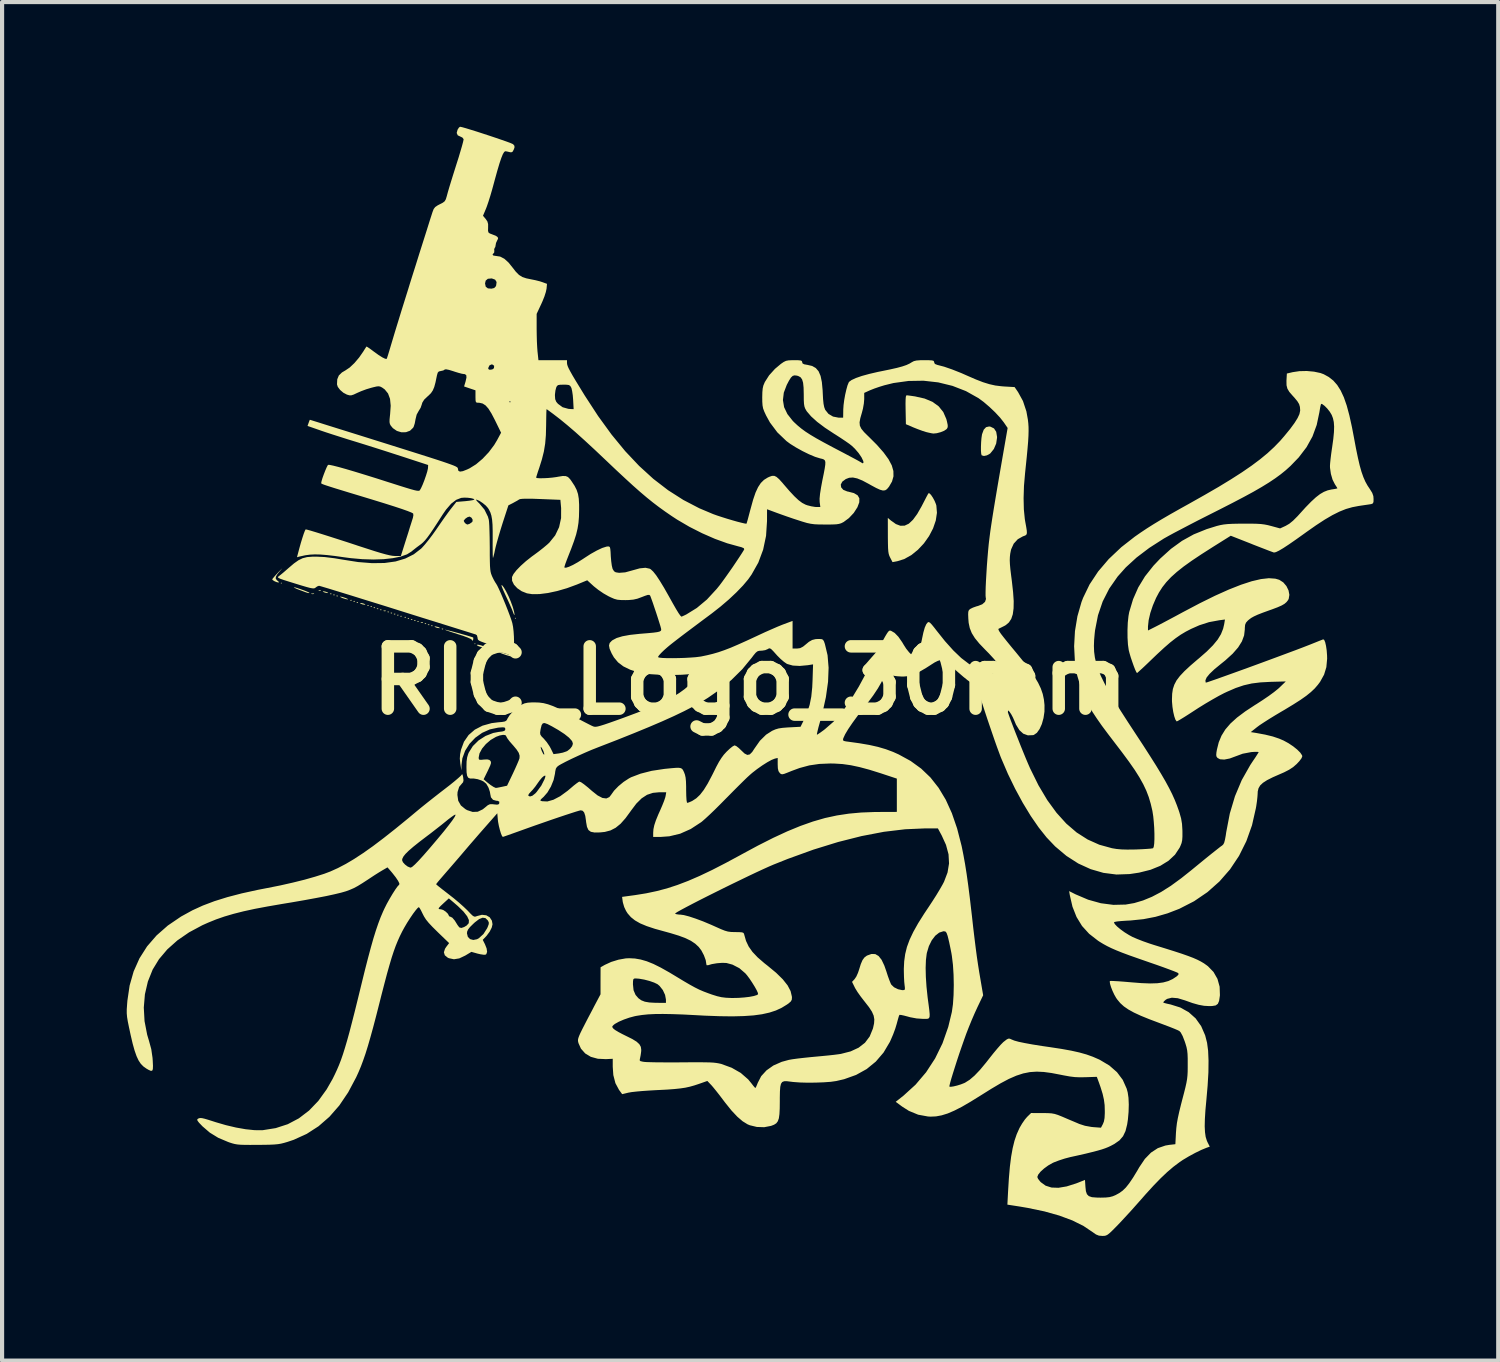
<source format=kicad_pcb>
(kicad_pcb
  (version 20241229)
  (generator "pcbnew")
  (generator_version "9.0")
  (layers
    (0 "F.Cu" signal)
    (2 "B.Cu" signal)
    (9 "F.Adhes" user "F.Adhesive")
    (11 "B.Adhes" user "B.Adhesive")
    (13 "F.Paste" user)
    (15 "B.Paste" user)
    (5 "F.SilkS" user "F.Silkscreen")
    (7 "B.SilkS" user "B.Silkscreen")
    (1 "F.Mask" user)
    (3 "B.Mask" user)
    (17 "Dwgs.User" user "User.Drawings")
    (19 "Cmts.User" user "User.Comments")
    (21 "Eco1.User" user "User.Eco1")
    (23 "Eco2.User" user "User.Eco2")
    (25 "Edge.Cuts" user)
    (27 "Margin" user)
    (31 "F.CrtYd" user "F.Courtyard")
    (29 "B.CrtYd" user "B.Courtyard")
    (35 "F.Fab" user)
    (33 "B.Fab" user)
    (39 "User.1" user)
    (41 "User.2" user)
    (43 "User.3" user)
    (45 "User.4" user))
  (footprint "RIC_Logo_30mm"
    (layer "F.Cu")
    (at 14.997 13.324)
    (property "Reference" "RIC_Logo_30mm" (at 0 0 0) (layer "F.SilkS") (effects (font (size 1.5 1.5) (thickness 0.3))))
    (attr board_only exclude_from_pos_files exclude_from_bom)
    (fp_poly (pts (xy -11.266 -2.343) (xy -11.279 -2.33) (xy -11.292 -2.343) (xy -11.279 -2.356)) (stroke (width 0) (type solid)) (fill yes) (layer "F.SilkS"))
    (fp_poly (pts (xy -6.606 -0.883) (xy -6.619 -0.871) (xy -6.632 -0.883) (xy -6.619 -0.896)) (stroke (width 0) (type solid)) (fill yes) (layer "F.SilkS"))
    (fp_poly (pts (xy -6.273 -0.781) (xy -6.286 -0.768) (xy -6.299 -0.781) (xy -6.286 -0.794)) (stroke (width 0) (type solid)) (fill yes) (layer "F.SilkS"))
    (fp_poly (pts (xy -6.068 -0.704) (xy -6.081 -0.691) (xy -6.094 -0.704) (xy -6.081 -0.717)) (stroke (width 0) (type solid)) (fill yes) (layer "F.SilkS"))
    (fp_poly (pts (xy -5.633 -1.498) (xy -5.646 -1.485) (xy -5.659 -1.498) (xy -5.646 -1.511)) (stroke (width 0) (type solid)) (fill yes) (layer "F.SilkS"))
    (fp_poly (pts (xy -10.492 -2.091) (xy -10.488 -2.082) (xy -10.524 -2.078) (xy -10.56 -2.082) (xy -10.556 -2.091) (xy -10.503 -2.094)) (stroke (width 0) (type solid)) (fill yes) (layer "F.SilkS"))
    (fp_poly (pts (xy -10.326 -2.166) (xy -10.333 -2.155) (xy -10.359 -2.153) (xy -10.387 -2.159) (xy -10.375 -2.168) (xy -10.335 -2.171)) (stroke (width 0) (type solid)) (fill yes) (layer "F.SilkS"))
    (fp_poly (pts (xy -10.071 -2.091) (xy -10.075 -2.076) (xy -10.088 -2.074) (xy -10.109 -2.083) (xy -10.105 -2.091) (xy -10.075 -2.094)) (stroke (width 0) (type solid)) (fill yes) (layer "F.SilkS"))
    (fp_poly (pts (xy -9.994 -2.065) (xy -9.998 -2.05) (xy -10.011 -2.048) (xy -10.033 -2.058) (xy -10.029 -2.065) (xy -9.998 -2.069)) (stroke (width 0) (type solid)) (fill yes) (layer "F.SilkS"))
    (fp_poly (pts (xy -9.918 -2.04) (xy -9.921 -2.025) (xy -9.935 -2.023) (xy -9.956 -2.032) (xy -9.952 -2.04) (xy -9.921 -2.043)) (stroke (width 0) (type solid)) (fill yes) (layer "F.SilkS"))
    (fp_poly (pts (xy -9.585 -1.937) (xy -9.588 -1.922) (xy -9.602 -1.92) (xy -9.623 -1.93) (xy -9.619 -1.937) (xy -9.588 -1.94)) (stroke (width 0) (type solid)) (fill yes) (layer "F.SilkS"))
    (fp_poly (pts (xy -9.508 -1.912) (xy -9.511 -1.897) (xy -9.525 -1.895) (xy -9.546 -1.904) (xy -9.542 -1.912) (xy -9.512 -1.915)) (stroke (width 0) (type solid)) (fill yes) (layer "F.SilkS"))
    (fp_poly (pts (xy -9.431 -1.886) (xy -9.435 -1.871) (xy -9.448 -1.869) (xy -9.469 -1.879) (xy -9.465 -1.886) (xy -9.435 -1.889)) (stroke (width 0) (type solid)) (fill yes) (layer "F.SilkS"))
    (fp_poly (pts (xy -9.175 -1.809) (xy -9.179 -1.794) (xy -9.192 -1.792) (xy -9.213 -1.802) (xy -9.209 -1.809) (xy -9.179 -1.812)) (stroke (width 0) (type solid)) (fill yes) (layer "F.SilkS"))
    (fp_poly (pts (xy -9.098 -1.784) (xy -9.102 -1.769) (xy -9.115 -1.767) (xy -9.136 -1.776) (xy -9.132 -1.784) (xy -9.102 -1.787)) (stroke (width 0) (type solid)) (fill yes) (layer "F.SilkS"))
    (fp_poly (pts (xy -9.021 -1.758) (xy -9.025 -1.743) (xy -9.039 -1.741) (xy -9.06 -1.75) (xy -9.056 -1.758) (xy -9.025 -1.761)) (stroke (width 0) (type solid)) (fill yes) (layer "F.SilkS"))
    (fp_poly (pts (xy -8.945 -1.733) (xy -8.948 -1.717) (xy -8.962 -1.716) (xy -8.983 -1.725) (xy -8.979 -1.733) (xy -8.948 -1.736)) (stroke (width 0) (type solid)) (fill yes) (layer "F.SilkS"))
    (fp_poly (pts (xy -8.868 -1.707) (xy -8.871 -1.692) (xy -8.885 -1.69) (xy -8.906 -1.699) (xy -8.902 -1.707) (xy -8.872 -1.71)) (stroke (width 0) (type solid)) (fill yes) (layer "F.SilkS"))
    (fp_poly (pts (xy -8.764 -1.68) (xy -8.771 -1.668) (xy -8.797 -1.666) (xy -8.825 -1.673) (xy -8.813 -1.682) (xy -8.773 -1.685)) (stroke (width 0) (type solid)) (fill yes) (layer "F.SilkS"))
    (fp_poly (pts (xy -8.689 -1.656) (xy -8.692 -1.641) (xy -8.706 -1.639) (xy -8.727 -1.648) (xy -8.723 -1.656) (xy -8.692 -1.659)) (stroke (width 0) (type solid)) (fill yes) (layer "F.SilkS"))
    (fp_poly (pts (xy -8.612 -1.63) (xy -8.615 -1.615) (xy -8.629 -1.613) (xy -8.65 -1.622) (xy -8.646 -1.63) (xy -8.616 -1.633)) (stroke (width 0) (type solid)) (fill yes) (layer "F.SilkS"))
    (fp_poly (pts (xy -8.535 -1.605) (xy -8.538 -1.589) (xy -8.552 -1.587) (xy -8.573 -1.597) (xy -8.569 -1.605) (xy -8.539 -1.608)) (stroke (width 0) (type solid)) (fill yes) (layer "F.SilkS"))
    (fp_poly (pts (xy -8.458 -1.579) (xy -8.462 -1.564) (xy -8.475 -1.562) (xy -8.496 -1.571) (xy -8.492 -1.579) (xy -8.462 -1.582)) (stroke (width 0) (type solid)) (fill yes) (layer "F.SilkS"))
    (fp_poly (pts (xy -8.381 -1.553) (xy -8.385 -1.538) (xy -8.398 -1.536) (xy -8.419 -1.546) (xy -8.415 -1.553) (xy -8.385 -1.556)) (stroke (width 0) (type solid)) (fill yes) (layer "F.SilkS"))
    (fp_poly (pts (xy -8.279 -1.528) (xy -8.282 -1.513) (xy -8.296 -1.511) (xy -8.317 -1.52) (xy -8.313 -1.528) (xy -8.283 -1.531)) (stroke (width 0) (type solid)) (fill yes) (layer "F.SilkS"))
    (fp_poly (pts (xy -8.202 -1.502) (xy -8.206 -1.487) (xy -8.219 -1.485) (xy -8.24 -1.494) (xy -8.236 -1.502) (xy -8.206 -1.505)) (stroke (width 0) (type solid)) (fill yes) (layer "F.SilkS"))
    (fp_poly (pts (xy -8.125 -1.477) (xy -8.129 -1.461) (xy -8.142 -1.459) (xy -8.163 -1.469) (xy -8.159 -1.477) (xy -8.129 -1.48)) (stroke (width 0) (type solid)) (fill yes) (layer "F.SilkS"))
    (fp_poly (pts (xy -8.048 -1.451) (xy -8.052 -1.436) (xy -8.066 -1.434) (xy -8.087 -1.443) (xy -8.083 -1.451) (xy -8.052 -1.454)) (stroke (width 0) (type solid)) (fill yes) (layer "F.SilkS"))
    (fp_poly (pts (xy -7.972 -1.425) (xy -7.975 -1.41) (xy -7.989 -1.408) (xy -8.01 -1.418) (xy -8.006 -1.425) (xy -7.975 -1.428)) (stroke (width 0) (type solid)) (fill yes) (layer "F.SilkS"))
    (fp_poly (pts (xy -7.868 -1.398) (xy -7.875 -1.386) (xy -7.901 -1.385) (xy -7.929 -1.391) (xy -7.917 -1.4) (xy -7.877 -1.403)) (stroke (width 0) (type solid)) (fill yes) (layer "F.SilkS"))
    (fp_poly (pts (xy -7.792 -1.374) (xy -7.796 -1.359) (xy -7.809 -1.357) (xy -7.831 -1.366) (xy -7.827 -1.374) (xy -7.796 -1.377)) (stroke (width 0) (type solid)) (fill yes) (layer "F.SilkS"))
    (fp_poly (pts (xy -7.716 -1.349) (xy -7.719 -1.333) (xy -7.733 -1.331) (xy -7.754 -1.341) (xy -7.75 -1.349) (xy -7.719 -1.352)) (stroke (width 0) (type solid)) (fill yes) (layer "F.SilkS"))
    (fp_poly (pts (xy -7.639 -1.323) (xy -7.642 -1.308) (xy -7.656 -1.306) (xy -7.677 -1.315) (xy -7.673 -1.323) (xy -7.643 -1.326)) (stroke (width 0) (type solid)) (fill yes) (layer "F.SilkS"))
    (fp_poly (pts (xy -7.383 -1.246) (xy -7.386 -1.231) (xy -7.4 -1.229) (xy -7.421 -1.238) (xy -7.417 -1.246) (xy -7.386 -1.249)) (stroke (width 0) (type solid)) (fill yes) (layer "F.SilkS"))
    (fp_poly (pts (xy -5.564 -0.773) (xy -5.561 -0.733) (xy -5.566 -0.724) (xy -5.578 -0.732) (xy -5.58 -0.757) (xy -5.574 -0.785)) (stroke (width 0) (type solid)) (fill yes) (layer "F.SilkS"))
    (fp_poly (pts (xy -10.213 -2.137) (xy -10.178 -2.125) (xy -10.15 -2.108) (xy -10.165 -2.103) (xy -10.22 -2.113) (xy -10.255 -2.125) (xy -10.283 -2.142) (xy -10.268 -2.147)) (stroke (width 0) (type solid)) (fill yes) (layer "F.SilkS"))
    (fp_poly (pts (xy -9.317 -1.856) (xy -9.282 -1.844) (xy -9.254 -1.827) (xy -9.269 -1.822) (xy -9.324 -1.831) (xy -9.359 -1.844) (xy -9.386 -1.86) (xy -9.371 -1.866)) (stroke (width 0) (type solid)) (fill yes) (layer "F.SilkS"))
    (fp_poly (pts (xy -7.524 -1.292) (xy -7.489 -1.28) (xy -7.461 -1.263) (xy -7.477 -1.258) (xy -7.531 -1.268) (xy -7.566 -1.28) (xy -7.594 -1.297) (xy -7.579 -1.302)) (stroke (width 0) (type solid)) (fill yes) (layer "F.SilkS"))
    (fp_poly (pts (xy -5.582 -0.667) (xy -5.582 -0.661) (xy -5.595 -0.615) (xy -5.607 -0.602) (xy -5.631 -0.6) (xy -5.633 -0.607) (xy -5.62 -0.644) (xy -5.607 -0.666) (xy -5.588 -0.69)) (stroke (width 0) (type solid)) (fill yes) (layer "F.SilkS"))
    (fp_poly (pts (xy -6.482 -0.849) (xy -6.438 -0.834) (xy -6.381 -0.812) (xy -6.37 -0.8) (xy -6.401 -0.797) (xy -6.401 -0.797) (xy -6.476 -0.807) (xy -6.529 -0.824) (xy -6.571 -0.847) (xy -6.571 -0.859) (xy -6.539 -0.86)) (stroke (width 0) (type solid)) (fill yes) (layer "F.SilkS"))
    (fp_poly (pts (xy -9.809 -2.01) (xy -9.741 -1.988) (xy -9.73 -1.984) (xy -9.682 -1.963) (xy -9.672 -1.951) (xy -9.679 -1.95) (xy -9.727 -1.959) (xy -9.796 -1.98) (xy -9.807 -1.984) (xy -9.854 -2.006) (xy -9.864 -2.018) (xy -9.858 -2.019)) (stroke (width 0) (type solid)) (fill yes) (layer "F.SilkS"))
    (fp_poly (pts (xy -5.968 -0.67) (xy -5.888 -0.647) (xy -5.799 -0.619) (xy -5.751 -0.602) (xy -5.733 -0.59) (xy -5.737 -0.58) (xy -5.738 -0.58) (xy -5.765 -0.582) (xy -5.827 -0.599) (xy -5.897 -0.621) (xy -5.988 -0.654) (xy -6.03 -0.675) (xy -6.023 -0.681)) (stroke (width 0) (type solid)) (fill yes) (layer "F.SilkS"))
    (fp_poly (pts (xy -10.95 -2.24) (xy -10.891 -2.223) (xy -10.813 -2.197) (xy -10.73 -2.167) (xy -10.659 -2.139) (xy -10.613 -2.118) (xy -10.604 -2.112) (xy -10.608 -2.102) (xy -10.645 -2.108) (xy -10.677 -2.118) (xy -10.722 -2.134) (xy -10.795 -2.162) (xy -10.852 -2.182) (xy -10.923 -2.211) (xy -10.968 -2.234) (xy -10.977 -2.244)) (stroke (width 0) (type solid)) (fill yes) (layer "F.SilkS"))
    (fp_poly (pts (xy -11.265 -2.686) (xy -11.298 -2.648) (xy -11.372 -2.56) (xy -11.409 -2.497) (xy -11.412 -2.45) (xy -11.383 -2.411) (xy -11.363 -2.396) (xy -11.334 -2.368) (xy -11.345 -2.357) (xy -11.387 -2.366) (xy -11.439 -2.387) (xy -11.483 -2.415) (xy -11.497 -2.433) (xy -11.48 -2.459) (xy -11.435 -2.512) (xy -11.371 -2.582) (xy -11.337 -2.618) (xy -11.28 -2.675) (xy -11.256 -2.698)) (stroke (width 0) (type solid)) (fill yes) (layer "F.SilkS"))
    (fp_poly (pts (xy -5.964 -2.29) (xy -5.921 -2.235) (xy -5.868 -2.143) (xy -5.811 -2.028) (xy -5.758 -1.903) (xy -5.713 -1.781) (xy -5.698 -1.732) (xy -5.675 -1.643) (xy -5.666 -1.589) (xy -5.67 -1.573) (xy -5.686 -1.6) (xy -5.708 -1.659) (xy -5.732 -1.719) (xy -5.773 -1.813) (xy -5.824 -1.927) (xy -5.88 -2.046) (xy -5.937 -2.171) (xy -5.97 -2.252) (xy -5.981 -2.293) (xy -5.969 -2.294)) (stroke (width 0) (type solid)) (fill yes) (layer "F.SilkS"))
    (fp_poly (pts (xy -7.314 -1.218) (xy -7.25 -1.202) (xy -7.159 -1.179) (xy -7.052 -1.15) (xy -6.94 -1.119) (xy -6.834 -1.089) (xy -6.745 -1.062) (xy -6.683 -1.043) (xy -6.661 -1.034) (xy -6.658 -1.008) (xy -6.662 -0.981) (xy -6.672 -0.951) (xy -6.685 -0.969) (xy -6.687 -0.975) (xy -6.719 -1) (xy -6.795 -1.034) (xy -6.909 -1.076) (xy -7.026 -1.113) (xy -7.144 -1.151) (xy -7.241 -1.183) (xy -7.309 -1.207) (xy -7.339 -1.22) (xy -7.339 -1.222)) (stroke (width 0) (type solid)) (fill yes) (layer "F.SilkS"))
    (fp_poly (pts (xy 5.786 -6.107) (xy 5.871 -6.065) (xy 5.924 -5.984) (xy 5.944 -5.864) (xy 5.944 -5.841) (xy 5.923 -5.7) (xy 5.867 -5.57) (xy 5.785 -5.468) (xy 5.771 -5.456) (xy 5.7 -5.417) (xy 5.629 -5.402) (xy 5.577 -5.417) (xy 5.573 -5.42) (xy 5.563 -5.456) (xy 5.557 -5.529) (xy 5.557 -5.626) (xy 5.561 -5.731) (xy 5.569 -5.831) (xy 5.581 -5.912) (xy 5.584 -5.927) (xy 5.624 -6.035) (xy 5.68 -6.095) (xy 5.753 -6.112)) (stroke (width 0) (type solid)) (fill yes) (layer "F.SilkS"))
    (fp_poly (pts (xy 3.811 -6.858) (xy 3.885 -6.848) (xy 3.969 -6.836) (xy 4.201 -6.784) (xy 4.39 -6.705) (xy 4.539 -6.597) (xy 4.65 -6.46) (xy 4.724 -6.291) (xy 4.74 -6.228) (xy 4.757 -6.147) (xy 4.757 -6.097) (xy 4.74 -6.061) (xy 4.727 -6.046) (xy 4.672 -6.009) (xy 4.588 -5.975) (xy 4.494 -5.95) (xy 4.412 -5.942) (xy 4.412 -5.942) (xy 4.361 -5.95) (xy 4.283 -5.967) (xy 4.238 -5.978) (xy 4.147 -6.007) (xy 4.035 -6.048) (xy 3.93 -6.09) (xy 3.751 -6.167) (xy 3.744 -6.514) (xy 3.742 -6.661) (xy 3.744 -6.762) (xy 3.749 -6.825) (xy 3.759 -6.856) (xy 3.77 -6.862)) (stroke (width 0) (type solid)) (fill yes) (layer "F.SilkS"))
    (fp_poly (pts (xy 4.32 -4.502) (xy 4.357 -4.463) (xy 4.4 -4.399) (xy 4.441 -4.323) (xy 4.473 -4.246) (xy 4.484 -4.209) (xy 4.498 -4.035) (xy 4.47 -3.849) (xy 4.405 -3.66) (xy 4.308 -3.474) (xy 4.185 -3.3) (xy 4.04 -3.145) (xy 3.88 -3.016) (xy 3.709 -2.921) (xy 3.545 -2.87) (xy 3.429 -2.848) (xy 3.374 -2.954) (xy 3.353 -2.998) (xy 3.338 -3.044) (xy 3.328 -3.103) (xy 3.322 -3.182) (xy 3.319 -3.291) (xy 3.317 -3.44) (xy 3.317 -3.486) (xy 3.316 -3.911) (xy 3.393 -3.847) (xy 3.51 -3.764) (xy 3.618 -3.723) (xy 3.721 -3.726) (xy 3.821 -3.773) (xy 3.921 -3.867) (xy 4.024 -4.008) (xy 4.132 -4.197) (xy 4.146 -4.225) (xy 4.201 -4.331) (xy 4.247 -4.42) (xy 4.28 -4.481) (xy 4.295 -4.506)) (stroke (width 0) (type solid)) (fill yes) (layer "F.SilkS"))
    (fp_poly (pts (xy -6.976 -13.324) (xy -6.924 -13.313) (xy -6.835 -13.288) (xy -6.718 -13.252) (xy -6.579 -13.209) (xy -6.428 -13.16) (xy -6.272 -13.109) (xy -6.12 -13.058) (xy -5.98 -13.01) (xy -5.859 -12.968) (xy -5.767 -12.934) (xy -5.712 -12.91) (xy -5.7 -12.903) (xy -5.669 -12.866) (xy -5.667 -12.825) (xy -5.684 -12.777) (xy -5.713 -12.723) (xy -5.747 -12.708) (xy -5.784 -12.714) (xy -5.849 -12.729) (xy -5.888 -12.735) (xy -5.914 -12.719) (xy -5.946 -12.667) (xy -5.984 -12.574) (xy -6.029 -12.44) (xy -6.082 -12.261) (xy -6.145 -12.034) (xy -6.162 -11.97) (xy -6.205 -11.813) (xy -6.25 -11.658) (xy -6.294 -11.519) (xy -6.332 -11.408) (xy -6.351 -11.358) (xy -6.425 -11.182) (xy -6.36 -11.105) (xy -6.319 -11.045) (xy -6.302 -10.981) (xy -6.302 -10.899) (xy -6.304 -10.823) (xy -6.294 -10.781) (xy -6.263 -10.757) (xy -6.211 -10.737) (xy -6.118 -10.701) (xy -6.071 -10.667) (xy -6.062 -10.631) (xy -6.082 -10.592) (xy -6.112 -10.527) (xy -6.12 -10.481) (xy -6.129 -10.43) (xy -6.143 -10.41) (xy -6.156 -10.377) (xy -6.153 -10.347) (xy -6.155 -10.299) (xy -6.169 -10.282) (xy -6.196 -10.251) (xy -6.178 -10.226) (xy -6.12 -10.216) (xy -6.117 -10.216) (xy -6.012 -10.2) (xy -5.912 -10.148) (xy -5.81 -10.056) (xy -5.719 -9.943) (xy -5.633 -9.833) (xy -5.558 -9.758) (xy -5.479 -9.709) (xy -5.384 -9.677) (xy -5.274 -9.654) (xy -5.165 -9.632) (xy -5.058 -9.605) (xy -4.996 -9.585) (xy -4.885 -9.544) (xy -4.896 -9.425) (xy -4.913 -9.347) (xy -4.947 -9.24) (xy -4.995 -9.121) (xy -5.021 -9.063) (xy -5.134 -8.821) (xy -5.134 -8.462) (xy -5.132 -8.31) (xy -5.128 -8.156) (xy -5.121 -8.018) (xy -5.113 -7.911) (xy -5.112 -7.905) (xy -5.091 -7.707) (xy -4.748 -7.707) (xy -4.404 -7.707) (xy -4.404 -7.64) (xy -4.4 -7.607) (xy -4.388 -7.566) (xy -4.364 -7.511) (xy -4.325 -7.437) (xy -4.27 -7.339) (xy -4.195 -7.213) (xy -4.097 -7.053) (xy -3.977 -6.857) (xy -3.655 -6.363) (xy -3.331 -5.917) (xy -3.003 -5.518) (xy -2.669 -5.164) (xy -2.327 -4.852) (xy -1.972 -4.579) (xy -1.604 -4.344) (xy -1.22 -4.144) (xy -0.888 -4.004) (xy -0.793 -3.97) (xy -0.677 -3.932) (xy -0.55 -3.892) (xy -0.422 -3.854) (xy -0.302 -3.82) (xy -0.199 -3.794) (xy -0.125 -3.777) (xy -0.087 -3.772) (xy -0.085 -3.773) (xy -0.076 -3.8) (xy -0.056 -3.867) (xy -0.03 -3.965) (xy 0.002 -4.086) (xy 0.016 -4.137) (xy 0.075 -4.351) (xy 0.133 -4.521) (xy 0.194 -4.652) (xy 0.26 -4.752) (xy 0.336 -4.827) (xy 0.426 -4.883) (xy 0.47 -4.903) (xy 0.531 -4.924) (xy 0.584 -4.924) (xy 0.637 -4.899) (xy 0.7 -4.844) (xy 0.781 -4.755) (xy 0.81 -4.72) (xy 0.951 -4.557) (xy 1.068 -4.432) (xy 1.167 -4.339) (xy 1.254 -4.274) (xy 1.334 -4.232) (xy 1.381 -4.215) (xy 1.476 -4.191) (xy 1.566 -4.176) (xy 1.606 -4.174) (xy 1.692 -4.174) (xy 1.676 -4.295) (xy 1.674 -4.376) (xy 1.685 -4.491) (xy 1.709 -4.643) (xy 1.739 -4.806) (xy 1.774 -4.976) (xy 1.798 -5.104) (xy 1.811 -5.194) (xy 1.813 -5.256) (xy 1.802 -5.294) (xy 1.778 -5.317) (xy 1.74 -5.332) (xy 1.687 -5.344) (xy 1.684 -5.345) (xy 1.565 -5.382) (xy 1.42 -5.443) (xy 1.263 -5.52) (xy 1.108 -5.606) (xy 0.97 -5.692) (xy 0.878 -5.76) (xy 0.658 -5.97) (xy 0.48 -6.207) (xy 0.387 -6.376) (xy 0.343 -6.471) (xy 0.315 -6.546) (xy 0.301 -6.621) (xy 0.295 -6.712) (xy 0.295 -6.748) (xy 0.792 -6.748) (xy 0.82 -6.577) (xy 0.9 -6.41) (xy 1.029 -6.246) (xy 1.062 -6.213) (xy 1.145 -6.136) (xy 1.233 -6.063) (xy 1.334 -5.989) (xy 1.453 -5.912) (xy 1.596 -5.827) (xy 1.771 -5.73) (xy 1.982 -5.617) (xy 2.1 -5.555) (xy 2.255 -5.474) (xy 2.394 -5.4) (xy 2.513 -5.337) (xy 2.603 -5.288) (xy 2.659 -5.256) (xy 2.674 -5.246) (xy 2.715 -5.224) (xy 2.731 -5.245) (xy 2.725 -5.281) (xy 2.683 -5.369) (xy 2.613 -5.472) (xy 2.525 -5.575) (xy 2.452 -5.645) (xy 2.39 -5.694) (xy 2.295 -5.76) (xy 2.18 -5.837) (xy 2.056 -5.917) (xy 2.025 -5.936) (xy 1.802 -6.083) (xy 1.616 -6.223) (xy 1.47 -6.355) (xy 1.368 -6.474) (xy 1.352 -6.499) (xy 1.326 -6.546) (xy 1.309 -6.595) (xy 1.299 -6.658) (xy 1.294 -6.748) (xy 1.293 -6.876) (xy 1.293 -6.889) (xy 1.289 -7.049) (xy 1.277 -7.165) (xy 1.253 -7.245) (xy 1.215 -7.297) (xy 1.159 -7.327) (xy 1.126 -7.336) (xy 1.071 -7.342) (xy 1.027 -7.329) (xy 0.985 -7.289) (xy 0.938 -7.215) (xy 0.884 -7.112) (xy 0.813 -6.926) (xy 0.792 -6.748) (xy 0.295 -6.748) (xy 0.294 -6.811) (xy 0.297 -6.935) (xy 0.305 -7.025) (xy 0.321 -7.097) (xy 0.35 -7.166) (xy 0.357 -7.182) (xy 0.459 -7.342) (xy 0.6 -7.498) (xy 0.743 -7.618) (xy 0.81 -7.664) (xy 0.866 -7.691) (xy 0.929 -7.703) (xy 1.018 -7.707) (xy 1.06 -7.707) (xy 1.159 -7.706) (xy 1.218 -7.7) (xy 1.246 -7.688) (xy 1.254 -7.666) (xy 1.255 -7.659) (xy 1.265 -7.628) (xy 1.305 -7.608) (xy 1.382 -7.594) (xy 1.495 -7.568) (xy 1.583 -7.518) (xy 1.65 -7.44) (xy 1.698 -7.328) (xy 1.729 -7.179) (xy 1.747 -6.985) (xy 1.75 -6.92) (xy 1.758 -6.769) (xy 1.769 -6.659) (xy 1.785 -6.579) (xy 1.807 -6.519) (xy 1.81 -6.512) (xy 1.888 -6.415) (xy 1.998 -6.35) (xy 2.127 -6.325) (xy 2.138 -6.324) (xy 2.241 -6.324) (xy 2.244 -6.523) (xy 2.251 -6.627) (xy 2.267 -6.75) (xy 2.29 -6.878) (xy 2.318 -7) (xy 2.346 -7.101) (xy 2.374 -7.169) (xy 2.383 -7.185) (xy 2.443 -7.229) (xy 2.548 -7.278) (xy 2.692 -7.328) (xy 2.871 -7.377) (xy 3.077 -7.425) (xy 3.162 -7.442) (xy 3.371 -7.485) (xy 3.536 -7.522) (xy 3.665 -7.557) (xy 3.765 -7.591) (xy 3.842 -7.627) (xy 3.896 -7.66) (xy 3.942 -7.684) (xy 4.004 -7.699) (xy 4.094 -7.706) (xy 4.197 -7.707) (xy 4.307 -7.706) (xy 4.376 -7.702) (xy 4.413 -7.693) (xy 4.427 -7.676) (xy 4.43 -7.658) (xy 4.448 -7.617) (xy 4.508 -7.593) (xy 4.513 -7.592) (xy 4.67 -7.551) (xy 4.862 -7.485) (xy 5.084 -7.397) (xy 5.229 -7.333) (xy 5.434 -7.244) (xy 5.607 -7.177) (xy 5.759 -7.13) (xy 5.902 -7.098) (xy 6.047 -7.08) (xy 6.122 -7.074) (xy 6.367 -7.06) (xy 6.45 -6.939) (xy 6.568 -6.724) (xy 6.65 -6.477) (xy 6.686 -6.278) (xy 6.696 -6.191) (xy 6.702 -6.101) (xy 6.703 -6.002) (xy 6.7 -5.886) (xy 6.692 -5.748) (xy 6.678 -5.582) (xy 6.659 -5.38) (xy 6.634 -5.138) (xy 6.619 -4.993) (xy 6.592 -4.681) (xy 6.583 -4.387) (xy 6.589 -4.119) (xy 6.612 -3.887) (xy 6.622 -3.825) (xy 6.646 -3.694) (xy 6.66 -3.604) (xy 6.662 -3.546) (xy 6.652 -3.512) (xy 6.627 -3.491) (xy 6.587 -3.475) (xy 6.568 -3.469) (xy 6.443 -3.399) (xy 6.345 -3.292) (xy 6.284 -3.157) (xy 6.276 -3.126) (xy 6.261 -3.049) (xy 6.253 -2.974) (xy 6.25 -2.894) (xy 6.254 -2.798) (xy 6.265 -2.676) (xy 6.284 -2.52) (xy 6.301 -2.389) (xy 6.33 -2.128) (xy 6.345 -1.912) (xy 6.342 -1.735) (xy 6.323 -1.593) (xy 6.286 -1.482) (xy 6.23 -1.397) (xy 6.155 -1.333) (xy 6.124 -1.315) (xy 6.054 -1.28) (xy 6.001 -1.254) (xy 5.988 -1.249) (xy 5.977 -1.239) (xy 5.98 -1.217) (xy 6 -1.179) (xy 6.039 -1.121) (xy 6.102 -1.04) (xy 6.19 -0.93) (xy 6.306 -0.788) (xy 6.397 -0.679) (xy 6.578 -0.457) (xy 6.725 -0.265) (xy 6.842 -0.097) (xy 6.932 0.054) (xy 6.998 0.192) (xy 7.044 0.326) (xy 7.072 0.459) (xy 7.086 0.591) (xy 7.085 0.75) (xy 7.062 0.905) (xy 7.022 1.048) (xy 6.968 1.168) (xy 6.903 1.259) (xy 6.831 1.309) (xy 6.812 1.315) (xy 6.685 1.32) (xy 6.575 1.28) (xy 6.481 1.194) (xy 6.399 1.06) (xy 6.364 0.976) (xy 6.327 0.892) (xy 6.287 0.816) (xy 6.247 0.756) (xy 6.216 0.722) (xy 6.198 0.721) (xy 6.196 0.733) (xy 6.206 0.769) (xy 6.232 0.844) (xy 6.271 0.952) (xy 6.322 1.085) (xy 6.38 1.236) (xy 6.444 1.397) (xy 6.509 1.562) (xy 6.574 1.722) (xy 6.635 1.871) (xy 6.69 2.001) (xy 6.735 2.104) (xy 6.741 2.117) (xy 6.941 2.522) (xy 7.152 2.877) (xy 7.375 3.183) (xy 7.61 3.443) (xy 7.859 3.657) (xy 8.124 3.826) (xy 8.405 3.952) (xy 8.703 4.034) (xy 8.704 4.035) (xy 8.819 4.054) (xy 8.939 4.065) (xy 9.077 4.069) (xy 9.249 4.067) (xy 9.295 4.066) (xy 9.43 4.06) (xy 9.548 4.053) (xy 9.638 4.046) (xy 9.691 4.038) (xy 9.7 4.035) (xy 9.715 4) (xy 9.726 3.924) (xy 9.731 3.817) (xy 9.731 3.688) (xy 9.726 3.547) (xy 9.716 3.405) (xy 9.703 3.271) (xy 9.685 3.155) (xy 9.682 3.136) (xy 9.642 2.966) (xy 9.595 2.807) (xy 9.536 2.652) (xy 9.462 2.496) (xy 9.37 2.331) (xy 9.257 2.152) (xy 9.118 1.953) (xy 8.951 1.727) (xy 8.795 1.523) (xy 8.617 1.29) (xy 8.467 1.089) (xy 8.344 0.913) (xy 8.241 0.757) (xy 8.156 0.613) (xy 8.085 0.474) (xy 8.022 0.336) (xy 7.971 0.208) (xy 7.874 -0.117) (xy 7.817 -0.464) (xy 7.799 -0.824) (xy 7.819 -1.188) (xy 7.878 -1.545) (xy 7.976 -1.887) (xy 8.015 -1.989) (xy 8.171 -2.312) (xy 8.377 -2.623) (xy 8.632 -2.922) (xy 8.935 -3.208) (xy 9.259 -3.461) (xy 9.401 -3.56) (xy 9.551 -3.66) (xy 9.716 -3.764) (xy 9.901 -3.876) (xy 10.114 -4) (xy 10.362 -4.14) (xy 10.562 -4.251) (xy 10.941 -4.465) (xy 11.278 -4.66) (xy 11.575 -4.841) (xy 11.837 -5.009) (xy 12.068 -5.168) (xy 12.271 -5.32) (xy 12.451 -5.468) (xy 12.611 -5.616) (xy 12.755 -5.764) (xy 12.856 -5.881) (xy 12.997 -6.053) (xy 13.102 -6.196) (xy 13.175 -6.313) (xy 13.22 -6.409) (xy 13.237 -6.488) (xy 13.238 -6.504) (xy 13.232 -6.583) (xy 13.212 -6.651) (xy 13.17 -6.72) (xy 13.1 -6.805) (xy 13.056 -6.853) (xy 12.977 -6.944) (xy 12.931 -7.021) (xy 12.91 -7.103) (xy 12.908 -7.209) (xy 12.91 -7.247) (xy 12.918 -7.386) (xy 13.058 -7.419) (xy 13.219 -7.443) (xy 13.397 -7.447) (xy 13.572 -7.431) (xy 13.727 -7.398) (xy 13.805 -7.369) (xy 13.927 -7.302) (xy 14.035 -7.217) (xy 14.129 -7.11) (xy 14.213 -6.977) (xy 14.289 -6.814) (xy 14.358 -6.616) (xy 14.422 -6.378) (xy 14.484 -6.097) (xy 14.531 -5.851) (xy 14.581 -5.584) (xy 14.627 -5.361) (xy 14.67 -5.176) (xy 14.713 -5.023) (xy 14.758 -4.895) (xy 14.806 -4.785) (xy 14.86 -4.688) (xy 14.916 -4.604) (xy 14.972 -4.514) (xy 14.999 -4.436) (xy 15.004 -4.367) (xy 15.002 -4.296) (xy 14.987 -4.261) (xy 14.95 -4.245) (xy 14.921 -4.24) (xy 14.854 -4.23) (xy 14.757 -4.216) (xy 14.651 -4.2) (xy 14.65 -4.2) (xy 14.493 -4.17) (xy 14.339 -4.126) (xy 14.182 -4.063) (xy 14.014 -3.979) (xy 13.829 -3.871) (xy 13.621 -3.735) (xy 13.383 -3.568) (xy 13.353 -3.546) (xy 13.143 -3.396) (xy 12.97 -3.276) (xy 12.833 -3.186) (xy 12.728 -3.124) (xy 12.655 -3.089) (xy 12.61 -3.079) (xy 12.603 -3.08) (xy 12.567 -3.093) (xy 12.491 -3.121) (xy 12.383 -3.163) (xy 12.251 -3.214) (xy 12.102 -3.272) (xy 12.064 -3.288) (xy 11.568 -3.483) (xy 11.139 -3.214) (xy 10.865 -3.039) (xy 10.631 -2.883) (xy 10.434 -2.742) (xy 10.269 -2.611) (xy 10.132 -2.488) (xy 10.018 -2.367) (xy 9.922 -2.245) (xy 9.84 -2.117) (xy 9.771 -1.987) (xy 9.694 -1.808) (xy 9.632 -1.624) (xy 9.592 -1.45) (xy 9.576 -1.302) (xy 9.576 -1.294) (xy 9.576 -1.203) (xy 9.759 -1.295) (xy 9.839 -1.336) (xy 9.953 -1.396) (xy 10.092 -1.47) (xy 10.244 -1.551) (xy 10.401 -1.636) (xy 10.418 -1.645) (xy 10.824 -1.859) (xy 11.191 -2.04) (xy 11.521 -2.188) (xy 11.815 -2.304) (xy 12.072 -2.388) (xy 12.295 -2.44) (xy 12.484 -2.461) (xy 12.64 -2.45) (xy 12.734 -2.423) (xy 12.831 -2.361) (xy 12.907 -2.272) (xy 12.958 -2.168) (xy 12.978 -2.061) (xy 12.962 -1.964) (xy 12.946 -1.933) (xy 12.909 -1.886) (xy 12.86 -1.844) (xy 12.791 -1.804) (xy 12.693 -1.761) (xy 12.558 -1.71) (xy 12.495 -1.688) (xy 12.335 -1.63) (xy 12.215 -1.583) (xy 12.126 -1.542) (xy 12.058 -1.504) (xy 12.003 -1.462) (xy 11.977 -1.439) (xy 11.935 -1.392) (xy 11.913 -1.339) (xy 11.906 -1.262) (xy 11.906 -1.231) (xy 11.889 -1.084) (xy 11.836 -0.94) (xy 11.745 -0.795) (xy 11.613 -0.644) (xy 11.436 -0.483) (xy 11.329 -0.397) (xy 11.173 -0.269) (xy 11.059 -0.16) (xy 10.987 -0.072) (xy 10.959 -0.006) (xy 10.959 0.001) (xy 10.963 0.042) (xy 10.969 0.051) (xy 11.001 0.043) (xy 11.074 0.018) (xy 11.185 -0.02) (xy 11.328 -0.071) (xy 11.496 -0.131) (xy 11.685 -0.199) (xy 11.89 -0.273) (xy 12.104 -0.351) (xy 12.322 -0.431) (xy 12.539 -0.511) (xy 12.749 -0.589) (xy 12.948 -0.663) (xy 13.128 -0.73) (xy 13.286 -0.79) (xy 13.415 -0.84) (xy 13.494 -0.871) (xy 13.604 -0.915) (xy 13.698 -0.953) (xy 13.765 -0.979) (xy 13.792 -0.99) (xy 13.816 -0.976) (xy 13.84 -0.92) (xy 13.86 -0.833) (xy 13.876 -0.724) (xy 13.885 -0.604) (xy 13.887 -0.525) (xy 13.868 -0.32) (xy 13.813 -0.14) (xy 13.717 0.033) (xy 13.663 0.105) (xy 13.588 0.192) (xy 13.497 0.278) (xy 13.386 0.368) (xy 13.247 0.466) (xy 13.076 0.575) (xy 12.867 0.702) (xy 12.781 0.752) (xy 12.635 0.839) (xy 12.493 0.926) (xy 12.365 1.008) (xy 12.262 1.076) (xy 12.2 1.122) (xy 12.049 1.242) (xy 12.176 1.262) (xy 12.397 1.303) (xy 12.578 1.347) (xy 12.732 1.399) (xy 12.841 1.446) (xy 12.958 1.51) (xy 13.07 1.585) (xy 13.167 1.663) (xy 13.241 1.737) (xy 13.283 1.8) (xy 13.289 1.825) (xy 13.27 1.872) (xy 13.22 1.939) (xy 13.154 2.01) (xy 13.069 2.084) (xy 12.973 2.147) (xy 12.853 2.209) (xy 12.759 2.25) (xy 12.579 2.329) (xy 12.442 2.398) (xy 12.343 2.462) (xy 12.276 2.525) (xy 12.236 2.593) (xy 12.217 2.671) (xy 12.214 2.737) (xy 12.209 2.805) (xy 12.198 2.907) (xy 12.181 3.023) (xy 12.172 3.074) (xy 12.079 3.484) (xy 11.943 3.866) (xy 11.767 4.22) (xy 11.551 4.544) (xy 11.297 4.835) (xy 11.008 5.092) (xy 10.685 5.312) (xy 10.33 5.494) (xy 10.047 5.603) (xy 9.757 5.687) (xy 9.467 5.743) (xy 9.156 5.775) (xy 9.071 5.779) (xy 8.936 5.788) (xy 8.835 5.798) (xy 8.773 5.81) (xy 8.757 5.821) (xy 8.778 5.862) (xy 8.834 5.921) (xy 8.916 5.989) (xy 9.014 6.06) (xy 9.119 6.125) (xy 9.204 6.171) (xy 9.315 6.219) (xy 9.456 6.274) (xy 9.606 6.327) (xy 9.717 6.363) (xy 9.983 6.445) (xy 10.206 6.515) (xy 10.39 6.575) (xy 10.54 6.628) (xy 10.664 6.675) (xy 10.764 6.719) (xy 10.848 6.762) (xy 10.921 6.805) (xy 10.987 6.852) (xy 11.019 6.876) (xy 11.153 7.014) (xy 11.248 7.18) (xy 11.3 7.368) (xy 11.307 7.572) (xy 11.304 7.598) (xy 11.287 7.711) (xy 11.257 7.781) (xy 11.205 7.819) (xy 11.12 7.833) (xy 11.053 7.835) (xy 10.927 7.828) (xy 10.796 7.804) (xy 10.647 7.762) (xy 10.468 7.698) (xy 10.465 7.697) (xy 10.292 7.645) (xy 10.15 7.633) (xy 10.038 7.661) (xy 10.001 7.684) (xy 9.958 7.723) (xy 9.943 7.748) (xy 9.944 7.75) (xy 9.973 7.761) (xy 10.038 7.778) (xy 10.121 7.796) (xy 10.354 7.869) (xy 10.555 7.981) (xy 10.723 8.131) (xy 10.856 8.318) (xy 10.952 8.539) (xy 10.998 8.719) (xy 11.023 8.91) (xy 11.033 9.147) (xy 11.03 9.428) (xy 11.011 9.75) (xy 10.982 10.084) (xy 10.958 10.342) (xy 10.945 10.555) (xy 10.941 10.729) (xy 10.948 10.869) (xy 10.964 10.982) (xy 10.992 11.072) (xy 11.008 11.109) (xy 11.063 11.217) (xy 10.985 11.244) (xy 10.861 11.295) (xy 10.713 11.367) (xy 10.558 11.451) (xy 10.414 11.537) (xy 10.332 11.593) (xy 10.187 11.702) (xy 10.039 11.828) (xy 9.883 11.976) (xy 9.713 12.151) (xy 9.522 12.36) (xy 9.415 12.482) (xy 9.289 12.624) (xy 9.158 12.771) (xy 9.029 12.911) (xy 8.914 13.035) (xy 8.824 13.129) (xy 8.728 13.226) (xy 8.659 13.292) (xy 8.608 13.333) (xy 8.566 13.355) (xy 8.526 13.364) (xy 8.477 13.365) (xy 8.476 13.365) (xy 8.395 13.358) (xy 8.325 13.33) (xy 8.245 13.274) (xy 8.025 13.126) (xy 7.758 12.993) (xy 7.444 12.876) (xy 7.085 12.775) (xy 6.682 12.691) (xy 6.495 12.659) (xy 6.193 12.612) (xy 6.209 12.304) (xy 6.229 11.979) (xy 6.253 11.7) (xy 6.283 11.46) (xy 6.32 11.254) (xy 6.364 11.075) (xy 6.417 10.919) (xy 6.48 10.778) (xy 6.49 10.758) (xy 6.549 10.658) (xy 6.614 10.564) (xy 6.672 10.496) (xy 6.673 10.496) (xy 6.763 10.408) (xy 7.036 10.409) (xy 7.162 10.41) (xy 7.255 10.416) (xy 7.332 10.43) (xy 7.411 10.455) (xy 7.511 10.495) (xy 7.541 10.508) (xy 7.662 10.56) (xy 7.786 10.612) (xy 7.892 10.657) (xy 7.921 10.67) (xy 8.061 10.715) (xy 8.218 10.743) (xy 8.258 10.747) (xy 8.445 10.761) (xy 8.491 10.674) (xy 8.516 10.611) (xy 8.531 10.528) (xy 8.537 10.412) (xy 8.537 10.357) (xy 8.533 10.217) (xy 8.516 10.086) (xy 8.485 9.948) (xy 8.436 9.789) (xy 8.397 9.678) (xy 8.345 9.537) (xy 8.071 9.546) (xy 7.935 9.548) (xy 7.815 9.543) (xy 7.693 9.528) (xy 7.549 9.502) (xy 7.464 9.485) (xy 7.255 9.445) (xy 7.069 9.42) (xy 6.898 9.412) (xy 6.735 9.423) (xy 6.574 9.455) (xy 6.408 9.509) (xy 6.229 9.587) (xy 6.031 9.692) (xy 5.806 9.825) (xy 5.557 9.981) (xy 5.312 10.133) (xy 5.101 10.256) (xy 4.917 10.35) (xy 4.756 10.419) (xy 4.61 10.464) (xy 4.475 10.489) (xy 4.343 10.495) (xy 4.28 10.491) (xy 4.046 10.448) (xy 3.823 10.356) (xy 3.661 10.253) (xy 3.506 10.138) (xy 3.693 9.99) (xy 3.983 9.726) (xy 4.237 9.427) (xy 4.454 9.094) (xy 4.632 8.73) (xy 4.77 8.336) (xy 4.857 7.976) (xy 4.883 7.79) (xy 4.898 7.569) (xy 4.903 7.327) (xy 4.898 7.08) (xy 4.883 6.842) (xy 4.857 6.628) (xy 4.845 6.555) (xy 4.819 6.425) (xy 4.793 6.301) (xy 4.769 6.2) (xy 4.755 6.145) (xy 4.73 6.075) (xy 4.705 6.042) (xy 4.666 6.034) (xy 4.65 6.035) (xy 4.552 6.067) (xy 4.458 6.141) (xy 4.373 6.252) (xy 4.304 6.392) (xy 4.256 6.552) (xy 4.251 6.578) (xy 4.233 6.726) (xy 4.226 6.915) (xy 4.231 7.133) (xy 4.247 7.371) (xy 4.273 7.618) (xy 4.276 7.643) (xy 4.299 7.815) (xy 4.315 7.942) (xy 4.323 8.032) (xy 4.321 8.09) (xy 4.307 8.124) (xy 4.28 8.139) (xy 4.239 8.143) (xy 4.181 8.143) (xy 4.154 8.142) (xy 4.009 8.132) (xy 3.853 8.103) (xy 3.796 8.087) (xy 3.705 8.063) (xy 3.634 8.048) (xy 3.597 8.046) (xy 3.595 8.047) (xy 3.582 8.077) (xy 3.562 8.144) (xy 3.537 8.235) (xy 3.53 8.262) (xy 3.495 8.378) (xy 3.444 8.516) (xy 3.386 8.651) (xy 3.365 8.697) (xy 3.213 8.953) (xy 3.027 9.17) (xy 2.807 9.35) (xy 2.553 9.491) (xy 2.265 9.594) (xy 2.075 9.638) (xy 1.942 9.657) (xy 1.772 9.669) (xy 1.583 9.676) (xy 1.387 9.678) (xy 1.202 9.673) (xy 1.041 9.661) (xy 0.973 9.653) (xy 0.886 9.642) (xy 0.821 9.643) (xy 0.775 9.662) (xy 0.745 9.705) (xy 0.728 9.778) (xy 0.72 9.887) (xy 0.717 10.039) (xy 0.717 10.119) (xy 0.715 10.299) (xy 0.708 10.435) (xy 0.694 10.535) (xy 0.669 10.606) (xy 0.632 10.655) (xy 0.579 10.689) (xy 0.507 10.717) (xy 0.342 10.749) (xy 0.164 10.743) (xy -0.005 10.702) (xy -0.06 10.679) (xy -0.178 10.606) (xy -0.305 10.497) (xy -0.446 10.347) (xy -0.601 10.154) (xy -0.651 10.088) (xy -0.735 9.977) (xy -0.817 9.873) (xy -0.888 9.786) (xy -0.938 9.728) (xy -0.939 9.728) (xy -1.027 9.636) (xy -1.228 9.707) (xy -1.34 9.744) (xy -1.447 9.774) (xy -1.556 9.798) (xy -1.678 9.816) (xy -1.821 9.831) (xy -1.995 9.844) (xy -2.209 9.855) (xy -2.255 9.857) (xy -2.425 9.867) (xy -2.587 9.878) (xy -2.731 9.891) (xy -2.847 9.904) (xy -2.923 9.917) (xy -2.927 9.918) (xy -3.076 9.954) (xy -3.152 9.851) (xy -3.239 9.689) (xy -3.289 9.495) (xy -3.303 9.296) (xy -3.303 9.103) (xy -3.468 9.111) (xy -3.662 9.102) (xy -3.83 9.056) (xy -3.966 8.974) (xy -4.068 8.859) (xy -4.125 8.732) (xy -4.134 8.702) (xy -4.139 8.674) (xy -4.139 8.643) (xy -4.131 8.605) (xy -4.113 8.555) (xy -4.083 8.486) (xy -4.038 8.394) (xy -4.001 8.322) (xy -3.314 8.322) (xy -3.309 8.351) (xy -3.284 8.381) (xy -3.243 8.412) (xy -3.167 8.458) (xy -3.067 8.511) (xy -2.98 8.554) (xy -2.833 8.627) (xy -2.729 8.691) (xy -2.663 8.752) (xy -2.627 8.816) (xy -2.617 8.889) (xy -2.62 8.936) (xy -2.632 9.02) (xy -2.646 9.09) (xy -2.65 9.106) (xy -2.655 9.14) (xy -2.637 9.159) (xy -2.583 9.172) (xy -2.544 9.178) (xy -2.487 9.182) (xy -2.386 9.185) (xy -2.25 9.188) (xy -2.085 9.189) (xy -1.899 9.19) (xy -1.7 9.189) (xy -1.639 9.188) (xy -1.411 9.187) (xy -1.229 9.186) (xy -1.084 9.188) (xy -0.97 9.19) (xy -0.882 9.195) (xy -0.812 9.203) (xy -0.753 9.213) (xy -0.699 9.225) (xy -0.691 9.227) (xy -0.44 9.319) (xy -0.223 9.443) (xy -0.044 9.599) (xy 0.033 9.693) (xy 0.081 9.755) (xy 0.117 9.796) (xy 0.128 9.806) (xy 0.144 9.784) (xy 0.168 9.729) (xy 0.186 9.683) (xy 0.269 9.521) (xy 0.397 9.381) (xy 0.563 9.264) (xy 0.763 9.176) (xy 0.935 9.129) (xy 1.021 9.114) (xy 1.145 9.097) (xy 1.295 9.08) (xy 1.457 9.063) (xy 1.575 9.052) (xy 1.736 9.037) (xy 1.89 9.022) (xy 2.027 9.007) (xy 2.134 8.993) (xy 2.187 8.985) (xy 2.421 8.925) (xy 2.613 8.836) (xy 2.766 8.717) (xy 2.879 8.567) (xy 2.954 8.384) (xy 2.96 8.366) (xy 2.985 8.252) (xy 2.991 8.155) (xy 2.975 8.064) (xy 2.934 7.97) (xy 2.863 7.861) (xy 2.76 7.729) (xy 2.741 7.705) (xy 2.663 7.604) (xy 2.589 7.5) (xy 2.533 7.409) (xy 2.52 7.384) (xy 2.455 7.252) (xy 2.517 7.185) (xy 2.558 7.124) (xy 2.598 7.035) (xy 2.624 6.958) (xy 2.666 6.823) (xy 2.707 6.728) (xy 2.753 6.665) (xy 2.809 6.623) (xy 2.816 6.619) (xy 2.921 6.581) (xy 3.013 6.583) (xy 3.094 6.63) (xy 3.166 6.721) (xy 3.232 6.86) (xy 3.28 6.997) (xy 3.317 7.112) (xy 3.354 7.214) (xy 3.385 7.29) (xy 3.4 7.319) (xy 3.466 7.382) (xy 3.561 7.429) (xy 3.661 7.451) (xy 3.673 7.451) (xy 3.711 7.448) (xy 3.727 7.43) (xy 3.726 7.384) (xy 3.719 7.329) (xy 3.711 7.251) (xy 3.705 7.139) (xy 3.702 7.011) (xy 3.701 6.939) (xy 3.71 6.756) (xy 3.734 6.583) (xy 3.776 6.412) (xy 3.841 6.236) (xy 3.93 6.048) (xy 4.046 5.841) (xy 4.193 5.608) (xy 4.296 5.454) (xy 4.391 5.31) (xy 4.484 5.164) (xy 4.567 5.026) (xy 4.634 4.909) (xy 4.669 4.842) (xy 4.753 4.621) (xy 4.789 4.403) (xy 4.777 4.183) (xy 4.716 3.956) (xy 4.614 3.732) (xy 4.521 3.559) (xy 4.213 3.559) (xy 3.732 3.58) (xy 3.222 3.641) (xy 2.684 3.744) (xy 2.118 3.887) (xy 1.526 4.07) (xy 0.909 4.293) (xy 0.563 4.431) (xy 0.454 4.478) (xy 0.317 4.54) (xy 0.155 4.615) (xy -0.025 4.7) (xy -0.219 4.794) (xy -0.422 4.892) (xy -0.628 4.993) (xy -0.833 5.095) (xy -1.031 5.194) (xy -1.217 5.288) (xy -1.386 5.375) (xy -1.533 5.452) (xy -1.654 5.517) (xy -1.742 5.566) (xy -1.793 5.599) (xy -1.804 5.61) (xy -1.771 5.624) (xy -1.708 5.633) (xy -1.682 5.633) (xy -1.592 5.645) (xy -1.465 5.678) (xy -1.308 5.73) (xy -1.128 5.797) (xy -0.933 5.879) (xy -0.819 5.93) (xy -0.698 5.984) (xy -0.607 6.02) (xy -0.533 6.041) (xy -0.46 6.051) (xy -0.372 6.054) (xy -0.351 6.054) (xy -0.251 6.056) (xy -0.19 6.061) (xy -0.158 6.074) (xy -0.144 6.097) (xy -0.138 6.12) (xy -0.096 6.267) (xy -0.032 6.402) (xy 0.059 6.531) (xy 0.183 6.662) (xy 0.346 6.803) (xy 0.421 6.862) (xy 0.628 7.033) (xy 0.788 7.19) (xy 0.904 7.336) (xy 0.976 7.473) (xy 1.007 7.604) (xy 1.009 7.627) (xy 1.005 7.681) (xy 0.982 7.723) (xy 0.93 7.769) (xy 0.889 7.798) (xy 0.763 7.875) (xy 0.624 7.94) (xy 0.468 7.991) (xy 0.289 8.031) (xy 0.084 8.059) (xy -0.151 8.075) (xy -0.422 8.082) (xy -0.731 8.078) (xy -1.085 8.065) (xy -1.306 8.053) (xy -1.612 8.037) (xy -1.873 8.028) (xy -2.096 8.024) (xy -2.287 8.026) (xy -2.453 8.034) (xy -2.6 8.049) (xy -2.733 8.07) (xy -2.777 8.079) (xy -2.905 8.113) (xy -3.036 8.159) (xy -3.157 8.211) (xy -3.25 8.263) (xy -3.283 8.289) (xy -3.314 8.322) (xy -4.001 8.322) (xy -3.977 8.275) (xy -3.898 8.122) (xy -3.797 7.931) (xy -3.75 7.84) (xy -3.597 7.551) (xy -3.597 7.311) (xy -2.817 7.311) (xy -2.802 7.454) (xy -2.754 7.566) (xy -2.685 7.646) (xy -2.615 7.696) (xy -2.531 7.729) (xy -2.42 7.748) (xy -2.272 7.756) (xy -2.247 7.756) (xy -2.023 7.758) (xy -2.023 7.677) (xy -2.044 7.565) (xy -2.098 7.449) (xy -2.176 7.35) (xy -2.226 7.308) (xy -2.307 7.269) (xy -2.419 7.23) (xy -2.546 7.197) (xy -2.667 7.176) (xy -2.746 7.17) (xy -2.786 7.172) (xy -2.807 7.189) (xy -2.815 7.233) (xy -2.817 7.311) (xy -3.597 7.311) (xy -3.597 7.226) (xy -3.596 6.901) (xy -3.494 6.843) (xy -3.34 6.772) (xy -3.164 6.718) (xy -2.99 6.687) (xy -2.909 6.683) (xy -2.769 6.69) (xy -2.631 6.714) (xy -2.485 6.756) (xy -2.326 6.82) (xy -2.147 6.909) (xy -1.939 7.026) (xy -1.768 7.129) (xy -1.591 7.236) (xy -1.447 7.32) (xy -1.327 7.386) (xy -1.221 7.439) (xy -1.118 7.483) (xy -1.01 7.524) (xy -0.915 7.558) (xy -0.79 7.597) (xy -0.685 7.621) (xy -0.578 7.634) (xy -0.447 7.64) (xy -0.41 7.64) (xy -0.273 7.637) (xy -0.137 7.627) (xy -0.011 7.612) (xy 0.093 7.592) (xy 0.166 7.569) (xy 0.194 7.55) (xy 0.189 7.517) (xy 0.16 7.452) (xy 0.113 7.368) (xy 0.054 7.273) (xy -0.009 7.178) (xy -0.071 7.095) (xy -0.112 7.047) (xy -0.256 6.923) (xy -0.422 6.837) (xy -0.566 6.798) (xy -0.669 6.794) (xy -0.796 6.804) (xy -0.92 6.825) (xy -1.005 6.85) (xy -1.043 6.852) (xy -1.05 6.831) (xy -1.066 6.729) (xy -1.11 6.611) (xy -1.171 6.495) (xy -1.234 6.412) (xy -1.318 6.334) (xy -1.422 6.264) (xy -1.551 6.201) (xy -1.714 6.14) (xy -1.917 6.078) (xy -2.048 6.042) (xy -2.29 5.975) (xy -2.486 5.91) (xy -2.644 5.844) (xy -2.768 5.773) (xy -2.866 5.695) (xy -2.944 5.606) (xy -2.983 5.545) (xy -3.027 5.452) (xy -3.057 5.35) (xy -3.063 5.322) (xy -3.078 5.207) (xy -2.757 5.163) (xy -2.497 5.121) (xy -2.247 5.068) (xy -1.999 5.003) (xy -1.748 4.921) (xy -1.488 4.822) (xy -1.211 4.702) (xy -0.913 4.56) (xy -0.586 4.392) (xy -0.224 4.197) (xy -0.205 4.186) (xy 0.194 3.971) (xy 0.56 3.786) (xy 0.897 3.63) (xy 1.213 3.5) (xy 1.513 3.394) (xy 1.803 3.31) (xy 2.089 3.248) (xy 2.379 3.204) (xy 2.676 3.177) (xy 2.988 3.165) (xy 3.079 3.164) (xy 3.533 3.162) (xy 3.533 2.761) (xy 3.533 2.361) (xy 3.14 2.231) (xy 2.871 2.147) (xy 2.636 2.084) (xy 2.425 2.039) (xy 2.228 2.011) (xy 2.034 1.999) (xy 1.934 1.997) (xy 1.667 2.008) (xy 1.427 2.043) (xy 1.193 2.106) (xy 1.003 2.176) (xy 0.894 2.22) (xy 0.823 2.247) (xy 0.778 2.257) (xy 0.749 2.252) (xy 0.725 2.236) (xy 0.715 2.225) (xy 0.685 2.181) (xy 0.67 2.114) (xy 0.666 2.02) (xy 0.666 1.864) (xy 0.595 1.881) (xy 0.519 1.911) (xy 0.415 1.968) (xy 0.295 2.044) (xy 0.17 2.132) (xy 0.052 2.224) (xy -0.002 2.271) (xy -0.07 2.333) (xy -0.165 2.425) (xy -0.28 2.539) (xy -0.407 2.666) (xy -0.538 2.799) (xy -0.591 2.852) (xy -0.721 2.984) (xy -0.849 3.111) (xy -0.969 3.226) (xy -1.073 3.322) (xy -1.152 3.391) (xy -1.176 3.41) (xy -1.427 3.574) (xy -1.681 3.687) (xy -1.94 3.749) (xy -2.143 3.764) (xy -2.33 3.764) (xy -2.33 3.668) (xy -2.324 3.579) (xy -2.303 3.481) (xy -2.265 3.366) (xy -2.206 3.222) (xy -2.159 3.118) (xy -2.11 3.004) (xy -2.068 2.899) (xy -2.04 2.815) (xy -2.031 2.778) (xy -2.016 2.689) (xy -2.179 2.689) (xy -2.337 2.704) (xy -2.478 2.751) (xy -2.608 2.836) (xy -2.735 2.962) (xy -2.864 3.133) (xy -2.867 3.138) (xy -2.996 3.314) (xy -3.115 3.448) (xy -3.233 3.544) (xy -3.357 3.608) (xy -3.494 3.644) (xy -3.609 3.656) (xy -3.74 3.658) (xy -3.83 3.641) (xy -3.888 3.598) (xy -3.923 3.522) (xy -3.944 3.405) (xy -3.946 3.381) (xy -3.964 3.258) (xy -3.99 3.178) (xy -4.025 3.136) (xy -4.072 3.124) (xy -4.108 3.132) (xy -4.186 3.155) (xy -4.301 3.192) (xy -4.445 3.239) (xy -4.612 3.295) (xy -4.797 3.358) (xy -4.992 3.426) (xy -5.193 3.496) (xy -5.392 3.567) (xy -5.584 3.636) (xy -5.612 3.646) (xy -5.732 3.689) (xy -5.834 3.725) (xy -5.908 3.751) (xy -5.945 3.763) (xy -5.948 3.764) (xy -5.968 3.741) (xy -5.993 3.681) (xy -6.019 3.596) (xy -6.043 3.5) (xy -6.061 3.406) (xy -6.067 3.358) (xy -6.081 3.195) (xy -6.404 3.563) (xy -6.518 3.693) (xy -6.632 3.825) (xy -6.738 3.947) (xy -6.825 4.049) (xy -6.877 4.11) (xy -6.95 4.196) (xy -7.046 4.308) (xy -7.153 4.432) (xy -7.261 4.557) (xy -7.29 4.59) (xy -7.38 4.694) (xy -7.457 4.783) (xy -7.515 4.852) (xy -7.548 4.894) (xy -7.553 4.902) (xy -7.534 4.921) (xy -7.481 4.965) (xy -7.401 5.028) (xy -7.302 5.105) (xy -7.249 5.146) (xy -7.125 5.243) (xy -7.001 5.347) (xy -6.891 5.445) (xy -6.806 5.526) (xy -6.793 5.539) (xy -6.72 5.616) (xy -6.671 5.662) (xy -6.635 5.682) (xy -6.604 5.681) (xy -6.567 5.668) (xy -6.45 5.638) (xy -6.346 5.65) (xy -6.264 5.698) (xy -6.211 5.779) (xy -6.196 5.866) (xy -6.215 5.946) (xy -6.264 6.043) (xy -6.336 6.14) (xy -6.355 6.161) (xy -6.431 6.241) (xy -6.378 6.346) (xy -6.338 6.447) (xy -6.326 6.529) (xy -6.345 6.584) (xy -6.365 6.598) (xy -6.41 6.599) (xy -6.486 6.588) (xy -6.555 6.572) (xy -6.704 6.53) (xy -6.852 6.619) (xy -6.995 6.687) (xy -7.124 6.708) (xy -7.244 6.683) (xy -7.273 6.67) (xy -7.344 6.612) (xy -7.366 6.54) (xy -7.339 6.455) (xy -7.31 6.411) (xy -7.24 6.319) (xy -7.484 6.084) (xy -6.811 6.084) (xy -6.79 6.168) (xy -6.736 6.223) (xy -6.659 6.244) (xy -6.569 6.226) (xy -6.525 6.202) (xy -6.414 6.101) (xy -6.326 5.963) (xy -6.31 5.927) (xy -6.286 5.861) (xy -6.286 5.818) (xy -6.31 5.772) (xy -6.311 5.771) (xy -6.366 5.718) (xy -6.434 5.708) (xy -6.518 5.741) (xy -6.621 5.82) (xy -6.659 5.855) (xy -6.738 5.933) (xy -6.784 5.992) (xy -6.806 6.041) (xy -6.811 6.084) (xy -7.484 6.084) (xy -7.522 6.047) (xy -7.643 5.927) (xy -7.732 5.832) (xy -7.797 5.752) (xy -7.844 5.678) (xy -7.877 5.614) (xy -7.916 5.534) (xy -7.939 5.494) (xy -7.493 5.494) (xy -7.47 5.504) (xy -7.439 5.505) (xy -7.383 5.522) (xy -7.321 5.563) (xy -7.269 5.614) (xy -7.246 5.66) (xy -7.246 5.662) (xy -7.226 5.682) (xy -7.21 5.684) (xy -7.163 5.708) (xy -7.105 5.776) (xy -7.038 5.884) (xy -7.035 5.888) (xy -6.995 5.941) (xy -6.946 5.955) (xy -6.878 5.932) (xy -6.817 5.895) (xy -6.768 5.84) (xy -6.764 5.766) (xy -6.806 5.674) (xy -6.893 5.562) (xy -7.027 5.431) (xy -7.125 5.346) (xy -7.247 5.243) (xy -7.368 5.354) (xy -7.445 5.426) (xy -7.485 5.47) (xy -7.493 5.494) (xy -7.939 5.494) (xy -7.949 5.477) (xy -7.968 5.454) (xy -7.969 5.454) (xy -7.998 5.475) (xy -8.046 5.531) (xy -8.109 5.615) (xy -8.178 5.717) (xy -8.25 5.829) (xy -8.317 5.943) (xy -8.369 6.038) (xy -8.425 6.151) (xy -8.476 6.265) (xy -8.525 6.385) (xy -8.573 6.518) (xy -8.623 6.67) (xy -8.675 6.846) (xy -8.733 7.051) (xy -8.797 7.293) (xy -8.87 7.575) (xy -8.91 7.734) (xy -8.993 8.06) (xy -9.067 8.342) (xy -9.134 8.585) (xy -9.195 8.796) (xy -9.252 8.979) (xy -9.308 9.141) (xy -9.363 9.288) (xy -9.42 9.424) (xy -9.476 9.547) (xy -9.669 9.91) (xy -9.883 10.227) (xy -10.12 10.498) (xy -10.382 10.726) (xy -10.667 10.91) (xy -10.979 11.052) (xy -11.131 11.103) (xy -11.213 11.127) (xy -11.286 11.145) (xy -11.359 11.157) (xy -11.444 11.165) (xy -11.55 11.17) (xy -11.688 11.173) (xy -11.855 11.174) (xy -12.028 11.175) (xy -12.16 11.174) (xy -12.259 11.171) (xy -12.336 11.164) (xy -12.4 11.153) (xy -12.461 11.137) (xy -12.529 11.115) (xy -12.559 11.104) (xy -12.796 11.004) (xy -12.998 10.88) (xy -13.177 10.726) (xy -13.186 10.716) (xy -13.257 10.642) (xy -13.294 10.594) (xy -13.302 10.565) (xy -13.289 10.549) (xy -13.261 10.534) (xy -13.229 10.528) (xy -13.185 10.531) (xy -13.12 10.546) (xy -13.025 10.574) (xy -12.891 10.617) (xy -12.861 10.627) (xy -12.614 10.699) (xy -12.369 10.757) (xy -12.136 10.798) (xy -11.925 10.82) (xy -11.749 10.822) (xy -11.726 10.821) (xy -11.413 10.771) (xy -11.123 10.677) (xy -10.856 10.536) (xy -10.611 10.349) (xy -10.388 10.117) (xy -10.187 9.838) (xy -10.044 9.588) (xy -9.989 9.476) (xy -9.938 9.366) (xy -9.889 9.252) (xy -9.842 9.13) (xy -9.795 8.994) (xy -9.747 8.841) (xy -9.695 8.665) (xy -9.639 8.463) (xy -9.578 8.228) (xy -9.509 7.958) (xy -9.432 7.646) (xy -9.35 7.31) (xy -9.267 6.972) (xy -9.192 6.68) (xy -9.124 6.426) (xy -9.062 6.207) (xy -9.003 6.017) (xy -8.946 5.85) (xy -8.89 5.701) (xy -8.832 5.565) (xy -8.799 5.493) (xy -8.74 5.375) (xy -8.672 5.253) (xy -8.602 5.135) (xy -8.537 5.033) (xy -8.481 4.955) (xy -8.442 4.913) (xy -8.44 4.912) (xy -8.438 4.882) (xy -8.468 4.821) (xy -8.525 4.736) (xy -8.605 4.634) (xy -8.64 4.592) (xy -8.723 4.497) (xy -8.849 4.57) (xy -8.927 4.617) (xy -9.03 4.682) (xy -9.141 4.755) (xy -9.192 4.789) (xy -9.329 4.878) (xy -9.438 4.945) (xy -9.531 4.995) (xy -9.623 5.035) (xy -9.725 5.073) (xy -9.726 5.073) (xy -9.836 5.105) (xy -9.994 5.143) (xy -10.196 5.187) (xy -10.44 5.234) (xy -10.723 5.286) (xy -11.04 5.341) (xy -11.253 5.376) (xy -11.606 5.437) (xy -11.915 5.495) (xy -12.186 5.554) (xy -12.427 5.615) (xy -12.645 5.679) (xy -12.847 5.749) (xy -13.039 5.827) (xy -13.178 5.889) (xy -13.497 6.06) (xy -13.78 6.255) (xy -14.022 6.471) (xy -14.221 6.706) (xy -14.373 6.955) (xy -14.374 6.957) (xy -14.489 7.244) (xy -14.56 7.55) (xy -14.587 7.87) (xy -14.569 8.197) (xy -14.506 8.523) (xy -14.463 8.667) (xy -14.407 8.871) (xy -14.377 9.078) (xy -14.372 9.147) (xy -14.366 9.272) (xy -14.369 9.351) (xy -14.385 9.389) (xy -14.418 9.393) (xy -14.474 9.368) (xy -14.527 9.337) (xy -14.597 9.287) (xy -14.658 9.225) (xy -14.712 9.144) (xy -14.761 9.04) (xy -14.808 8.906) (xy -14.855 8.738) (xy -14.904 8.528) (xy -14.944 8.341) (xy -14.972 8.204) (xy -14.989 8.1) (xy -14.997 8.009) (xy -14.997 7.915) (xy -14.989 7.799) (xy -14.982 7.707) (xy -14.928 7.34) (xy -14.831 7) (xy -14.691 6.686) (xy -14.508 6.398) (xy -14.28 6.135) (xy -14.008 5.896) (xy -13.69 5.68) (xy -13.417 5.53) (xy -13.165 5.415) (xy -12.887 5.31) (xy -12.576 5.213) (xy -12.227 5.122) (xy -11.834 5.036) (xy -11.612 4.993) (xy -11.3 4.931) (xy -11 4.863) (xy -10.718 4.793) (xy -10.465 4.721) (xy -10.247 4.652) (xy -10.096 4.595) (xy -9.915 4.513) (xy -9.726 4.414) (xy -9.572 4.323) (xy -8.372 4.323) (xy -8.352 4.373) (xy -8.302 4.428) (xy -8.239 4.476) (xy -8.179 4.501) (xy -8.16 4.502) (xy -8.124 4.481) (xy -8.061 4.425) (xy -7.971 4.333) (xy -7.853 4.203) (xy -7.705 4.033) (xy -7.683 4.007) (xy -7.51 3.803) (xy -7.364 3.627) (xy -7.248 3.48) (xy -7.162 3.366) (xy -7.107 3.284) (xy -7.086 3.238) (xy -7.092 3.226) (xy -7.123 3.242) (xy -7.182 3.283) (xy -7.262 3.343) (xy -7.317 3.388) (xy -7.422 3.473) (xy -7.55 3.573) (xy -7.682 3.676) (xy -7.771 3.743) (xy -7.956 3.884) (xy -8.101 4) (xy -8.211 4.095) (xy -8.29 4.173) (xy -8.34 4.236) (xy -8.366 4.289) (xy -8.372 4.323) (xy -9.572 4.323) (xy -9.524 4.294) (xy -9.307 4.152) (xy -9.071 3.985) (xy -8.812 3.789) (xy -8.526 3.563) (xy -8.21 3.305) (xy -8.04 3.163) (xy -7.918 3.062) (xy -7.77 2.943) (xy -7.608 2.815) (xy -7.448 2.69) (xy -7.344 2.61) (xy -7.22 2.514) (xy -7.11 2.425) (xy -7.022 2.35) (xy -6.96 2.294) (xy -6.933 2.262) (xy -6.933 2.26) (xy -6.923 2.255) (xy -6.91 2.291) (xy -6.903 2.325) (xy -6.894 2.404) (xy -6.905 2.45) (xy -6.92 2.466) (xy -6.999 2.56) (xy -7.037 2.684) (xy -7.041 2.754) (xy -7.021 2.894) (xy -6.957 3.007) (xy -6.848 3.096) (xy -6.805 3.12) (xy -6.674 3.163) (xy -6.551 3.158) (xy -6.432 3.101) (xy -6.373 3.054) (xy -6.309 3.001) (xy -6.26 2.978) (xy -6.203 2.976) (xy -6.161 2.981) (xy -6.085 2.988) (xy -6.046 2.977) (xy -6.035 2.961) (xy -6.032 2.916) (xy -6.072 2.896) (xy -6.109 2.893) (xy -6.153 2.88) (xy -5.045 2.88) (xy -5.036 2.895) (xy -5.002 2.905) (xy -4.876 2.911) (xy -4.731 2.87) (xy -4.568 2.785) (xy -4.39 2.655) (xy -4.327 2.602) (xy -4.243 2.53) (xy -4.171 2.474) (xy -4.122 2.44) (xy -4.107 2.433) (xy -4.066 2.448) (xy -3.998 2.495) (xy -3.898 2.575) (xy -3.802 2.659) (xy -3.667 2.766) (xy -3.552 2.826) (xy -3.458 2.839) (xy -3.385 2.806) (xy -3.343 2.752) (xy -3.271 2.651) (xy -3.166 2.543) (xy -3.043 2.441) (xy -2.914 2.357) (xy -2.862 2.329) (xy -2.633 2.242) (xy -2.366 2.174) (xy -2.07 2.129) (xy -2.045 2.126) (xy -1.894 2.111) (xy -1.785 2.102) (xy -1.711 2.101) (xy -1.662 2.11) (xy -1.631 2.13) (xy -1.609 2.162) (xy -1.587 2.208) (xy -1.565 2.268) (xy -1.55 2.336) (xy -1.541 2.426) (xy -1.537 2.549) (xy -1.537 2.631) (xy -1.534 2.775) (xy -1.528 2.877) (xy -1.518 2.934) (xy -1.51 2.945) (xy -1.472 2.934) (xy -1.409 2.907) (xy -1.387 2.896) (xy -1.293 2.835) (xy -1.203 2.75) (xy -1.113 2.634) (xy -1.019 2.482) (xy -0.916 2.287) (xy -0.889 2.234) (xy -0.811 2.076) (xy -0.746 1.956) (xy -0.687 1.863) (xy -0.63 1.786) (xy -0.567 1.717) (xy -0.559 1.709) (xy -0.486 1.64) (xy -0.421 1.588) (xy -0.375 1.563) (xy -0.369 1.562) (xy -0.328 1.58) (xy -0.269 1.626) (xy -0.216 1.677) (xy -0.132 1.757) (xy -0.065 1.791) (xy -0.006 1.779) (xy 0.053 1.72) (xy 0.102 1.645) (xy 0.238 1.451) (xy 0.255 1.434) (xy 2.237 1.434) (xy 2.256 1.454) (xy 2.309 1.466) (xy 2.348 1.471) (xy 2.63 1.51) (xy 2.87 1.551) (xy 3.079 1.598) (xy 3.266 1.653) (xy 3.441 1.718) (xy 3.579 1.78) (xy 3.864 1.936) (xy 4.118 2.12) (xy 4.342 2.334) (xy 4.538 2.583) (xy 4.71 2.869) (xy 4.857 3.193) (xy 4.983 3.56) (xy 5.089 3.972) (xy 5.096 4.003) (xy 5.136 4.203) (xy 5.175 4.419) (xy 5.213 4.66) (xy 5.251 4.932) (xy 5.29 5.24) (xy 5.331 5.592) (xy 5.339 5.659) (xy 5.372 5.957) (xy 5.403 6.214) (xy 5.431 6.439) (xy 5.458 6.643) (xy 5.486 6.834) (xy 5.516 7.023) (xy 5.546 7.199) (xy 5.61 7.574) (xy 5.471 7.864) (xy 5.406 8.006) (xy 5.333 8.175) (xy 5.262 8.349) (xy 5.203 8.501) (xy 5.151 8.646) (xy 5.095 8.806) (xy 5.037 8.974) (xy 4.981 9.143) (xy 4.929 9.306) (xy 4.882 9.455) (xy 4.843 9.583) (xy 4.815 9.683) (xy 4.799 9.749) (xy 4.797 9.773) (xy 4.831 9.777) (xy 4.899 9.767) (xy 4.986 9.746) (xy 5.076 9.718) (xy 5.157 9.686) (xy 5.177 9.676) (xy 5.285 9.608) (xy 5.402 9.508) (xy 5.533 9.371) (xy 5.68 9.194) (xy 5.767 9.083) (xy 5.859 8.967) (xy 5.95 8.858) (xy 6.031 8.766) (xy 6.094 8.702) (xy 6.108 8.691) (xy 6.173 8.64) (xy 6.215 8.618) (xy 6.251 8.619) (xy 6.291 8.637) (xy 6.36 8.665) (xy 6.465 8.694) (xy 6.609 8.724) (xy 6.795 8.758) (xy 7.027 8.795) (xy 7.221 8.823) (xy 7.495 8.865) (xy 7.728 8.907) (xy 7.925 8.951) (xy 8.096 8.999) (xy 8.25 9.054) (xy 8.394 9.117) (xy 8.419 9.129) (xy 8.647 9.265) (xy 8.83 9.425) (xy 8.969 9.61) (xy 9.063 9.82) (xy 9.088 9.912) (xy 9.107 10.041) (xy 9.114 10.204) (xy 9.109 10.383) (xy 9.093 10.563) (xy 9.075 10.682) (xy 9.035 10.842) (xy 8.976 10.966) (xy 8.89 11.066) (xy 8.767 11.152) (xy 8.681 11.198) (xy 8.617 11.228) (xy 8.547 11.256) (xy 8.465 11.284) (xy 8.364 11.313) (xy 8.237 11.346) (xy 8.079 11.385) (xy 7.881 11.43) (xy 7.704 11.469) (xy 7.571 11.504) (xy 7.433 11.549) (xy 7.313 11.595) (xy 7.282 11.609) (xy 7.175 11.67) (xy 7.075 11.743) (xy 6.991 11.819) (xy 6.934 11.891) (xy 6.913 11.947) (xy 6.93 11.989) (xy 6.974 12.047) (xy 6.998 12.073) (xy 7.113 12.156) (xy 7.254 12.201) (xy 7.422 12.207) (xy 7.619 12.174) (xy 7.847 12.102) (xy 7.914 12.076) (xy 8.06 12.017) (xy 8.071 12.183) (xy 8.082 12.288) (xy 8.107 12.361) (xy 8.152 12.407) (xy 8.227 12.433) (xy 8.34 12.442) (xy 8.433 12.444) (xy 8.559 12.441) (xy 8.652 12.431) (xy 8.728 12.411) (xy 8.795 12.383) (xy 8.885 12.334) (xy 8.967 12.275) (xy 9.045 12.199) (xy 9.125 12.098) (xy 9.214 11.967) (xy 9.316 11.8) (xy 9.366 11.713) (xy 9.501 11.512) (xy 9.649 11.36) (xy 9.813 11.253) (xy 9.996 11.19) (xy 10.091 11.174) (xy 10.235 11.158) (xy 10.249 10.886) (xy 10.258 10.77) (xy 10.272 10.654) (xy 10.295 10.527) (xy 10.328 10.377) (xy 10.373 10.194) (xy 10.397 10.101) (xy 10.443 9.926) (xy 10.477 9.79) (xy 10.501 9.682) (xy 10.517 9.59) (xy 10.526 9.504) (xy 10.531 9.414) (xy 10.532 9.307) (xy 10.532 9.243) (xy 10.532 9.097) (xy 10.528 8.987) (xy 10.519 8.901) (xy 10.503 8.822) (xy 10.478 8.738) (xy 10.46 8.684) (xy 10.41 8.555) (xy 10.363 8.468) (xy 10.33 8.434) (xy 10.288 8.413) (xy 10.206 8.378) (xy 10.095 8.334) (xy 9.963 8.284) (xy 9.854 8.243) (xy 9.607 8.15) (xy 9.403 8.067) (xy 9.237 7.99) (xy 9.103 7.916) (xy 8.996 7.842) (xy 8.91 7.764) (xy 8.839 7.679) (xy 8.811 7.64) (xy 8.766 7.561) (xy 8.723 7.47) (xy 8.687 7.378) (xy 8.663 7.299) (xy 8.656 7.245) (xy 8.66 7.232) (xy 8.689 7.229) (xy 8.761 7.232) (xy 8.868 7.238) (xy 9.001 7.248) (xy 9.153 7.261) (xy 9.165 7.262) (xy 9.417 7.282) (xy 9.626 7.29) (xy 9.799 7.285) (xy 9.942 7.266) (xy 10.064 7.233) (xy 10.17 7.184) (xy 10.268 7.119) (xy 10.309 7.079) (xy 10.309 7.048) (xy 10.302 7.04) (xy 10.271 7.024) (xy 10.197 6.994) (xy 10.088 6.953) (xy 9.95 6.902) (xy 9.79 6.845) (xy 9.613 6.784) (xy 9.585 6.774) (xy 9.335 6.687) (xy 9.128 6.614) (xy 8.956 6.55) (xy 8.814 6.493) (xy 8.695 6.441) (xy 8.593 6.391) (xy 8.5 6.34) (xy 8.411 6.286) (xy 8.372 6.26) (xy 8.16 6.095) (xy 7.989 5.907) (xy 7.857 5.691) (xy 7.759 5.443) (xy 7.695 5.165) (xy 7.679 5.068) (xy 7.834 5.146) (xy 8.137 5.275) (xy 8.442 5.36) (xy 8.744 5.399) (xy 9.038 5.392) (xy 9.245 5.356) (xy 9.457 5.293) (xy 9.671 5.205) (xy 9.892 5.089) (xy 10.126 4.941) (xy 10.378 4.757) (xy 10.613 4.57) (xy 10.802 4.415) (xy 10.971 4.277) (xy 11.116 4.16) (xy 11.234 4.067) (xy 11.319 4) (xy 11.363 3.969) (xy 11.389 3.943) (xy 11.41 3.902) (xy 11.428 3.834) (xy 11.447 3.732) (xy 11.459 3.649) (xy 11.545 3.201) (xy 11.669 2.785) (xy 11.832 2.397) (xy 12.037 2.035) (xy 12.101 1.938) (xy 12.161 1.85) (xy 12.207 1.778) (xy 12.235 1.733) (xy 12.239 1.723) (xy 12.216 1.718) (xy 12.155 1.717) (xy 12.069 1.722) (xy 12.066 1.722) (xy 11.855 1.762) (xy 11.701 1.819) (xy 11.544 1.877) (xy 11.412 1.903) (xy 11.31 1.896) (xy 11.25 1.864) (xy 11.226 1.833) (xy 11.218 1.794) (xy 11.223 1.732) (xy 11.235 1.662) (xy 11.279 1.487) (xy 11.345 1.328) (xy 11.437 1.179) (xy 11.56 1.036) (xy 11.719 0.892) (xy 11.918 0.743) (xy 12.16 0.584) (xy 12.173 0.577) (xy 12.332 0.474) (xy 12.481 0.373) (xy 12.609 0.279) (xy 12.707 0.2) (xy 12.736 0.174) (xy 12.892 0.023) (xy 12.521 0.033) (xy 12.28 0.046) (xy 12.072 0.072) (xy 11.88 0.116) (xy 11.687 0.181) (xy 11.477 0.272) (xy 11.407 0.305) (xy 11.28 0.371) (xy 11.126 0.458) (xy 10.959 0.556) (xy 10.794 0.658) (xy 10.691 0.725) (xy 10.563 0.808) (xy 10.45 0.88) (xy 10.358 0.936) (xy 10.295 0.973) (xy 10.266 0.985) (xy 10.266 0.985) (xy 10.237 0.944) (xy 10.209 0.864) (xy 10.184 0.757) (xy 10.165 0.635) (xy 10.154 0.51) (xy 10.153 0.448) (xy 10.158 0.319) (xy 10.175 0.205) (xy 10.21 0.1) (xy 10.264 -0.003) (xy 10.344 -0.108) (xy 10.453 -0.224) (xy 10.595 -0.356) (xy 10.774 -0.51) (xy 10.8 -0.531) (xy 10.99 -0.697) (xy 11.139 -0.846) (xy 11.252 -0.983) (xy 11.332 -1.114) (xy 11.384 -1.245) (xy 11.41 -1.356) (xy 11.428 -1.467) (xy 11.289 -1.449) (xy 11.045 -1.404) (xy 10.812 -1.329) (xy 10.613 -1.241) (xy 10.484 -1.174) (xy 10.362 -1.101) (xy 10.24 -1.016) (xy 10.111 -0.915) (xy 9.967 -0.79) (xy 9.8 -0.636) (xy 9.685 -0.526) (xy 9.574 -0.419) (xy 9.475 -0.325) (xy 9.394 -0.251) (xy 9.338 -0.2) (xy 9.313 -0.179) (xy 9.312 -0.179) (xy 9.295 -0.202) (xy 9.267 -0.262) (xy 9.233 -0.349) (xy 9.197 -0.451) (xy 9.161 -0.557) (xy 9.132 -0.656) (xy 9.113 -0.73) (xy 9.094 -0.864) (xy 9.084 -1.031) (xy 9.083 -1.213) (xy 9.09 -1.392) (xy 9.107 -1.551) (xy 9.124 -1.645) (xy 9.217 -1.955) (xy 9.342 -2.239) (xy 9.504 -2.505) (xy 9.708 -2.762) (xy 9.869 -2.932) (xy 10.129 -3.167) (xy 10.395 -3.36) (xy 10.677 -3.516) (xy 10.988 -3.642) (xy 11.232 -3.718) (xy 11.317 -3.739) (xy 11.401 -3.754) (xy 11.496 -3.764) (xy 11.612 -3.77) (xy 11.76 -3.773) (xy 11.881 -3.774) (xy 12.053 -3.774) (xy 12.186 -3.771) (xy 12.291 -3.765) (xy 12.378 -3.754) (xy 12.46 -3.738) (xy 12.542 -3.717) (xy 12.755 -3.659) (xy 12.888 -3.72) (xy 12.976 -3.771) (xy 13.068 -3.846) (xy 13.176 -3.954) (xy 13.213 -3.995) (xy 13.37 -4.168) (xy 13.503 -4.304) (xy 13.616 -4.408) (xy 13.716 -4.485) (xy 13.809 -4.539) (xy 13.9 -4.575) (xy 13.996 -4.597) (xy 14.019 -4.6) (xy 14.087 -4.611) (xy 14.128 -4.621) (xy 14.134 -4.624) (xy 14.121 -4.648) (xy 14.088 -4.699) (xy 14.072 -4.724) (xy 14.017 -4.833) (xy 13.977 -4.972) (xy 13.956 -5.119) (xy 13.955 -5.167) (xy 13.959 -5.228) (xy 13.969 -5.327) (xy 13.984 -5.45) (xy 14.003 -5.585) (xy 14.006 -5.603) (xy 14.035 -5.811) (xy 14.051 -5.977) (xy 14.055 -6.11) (xy 14.047 -6.219) (xy 14.027 -6.311) (xy 13.996 -6.391) (xy 13.951 -6.466) (xy 13.891 -6.542) (xy 13.827 -6.607) (xy 13.771 -6.649) (xy 13.744 -6.657) (xy 13.734 -6.634) (xy 13.72 -6.572) (xy 13.705 -6.483) (xy 13.7 -6.452) (xy 13.636 -6.149) (xy 13.534 -5.871) (xy 13.391 -5.613) (xy 13.203 -5.367) (xy 13.005 -5.162) (xy 12.892 -5.06) (xy 12.771 -4.962) (xy 12.637 -4.864) (xy 12.486 -4.763) (xy 12.312 -4.656) (xy 12.111 -4.54) (xy 11.879 -4.414) (xy 11.61 -4.273) (xy 11.301 -4.115) (xy 11.204 -4.066) (xy 10.984 -3.955) (xy 10.769 -3.846) (xy 10.564 -3.74) (xy 10.377 -3.642) (xy 10.213 -3.556) (xy 10.08 -3.484) (xy 9.984 -3.43) (xy 9.962 -3.418) (xy 9.608 -3.191) (xy 9.302 -2.959) (xy 9.042 -2.721) (xy 8.846 -2.501) (xy 8.643 -2.21) (xy 8.486 -1.901) (xy 8.373 -1.569) (xy 8.303 -1.211) (xy 8.294 -1.134) (xy 8.28 -0.978) (xy 8.275 -0.832) (xy 8.28 -0.692) (xy 8.298 -0.555) (xy 8.329 -0.415) (xy 8.376 -0.269) (xy 8.441 -0.111) (xy 8.526 0.062) (xy 8.631 0.255) (xy 8.76 0.473) (xy 8.913 0.72) (xy 9.093 1) (xy 9.268 1.267) (xy 9.463 1.564) (xy 9.63 1.824) (xy 9.774 2.052) (xy 9.895 2.252) (xy 9.998 2.429) (xy 10.084 2.588) (xy 10.157 2.733) (xy 10.219 2.871) (xy 10.272 3.004) (xy 10.32 3.138) (xy 10.333 3.178) (xy 10.373 3.319) (xy 10.395 3.45) (xy 10.404 3.598) (xy 10.405 3.636) (xy 10.405 3.757) (xy 10.399 3.843) (xy 10.384 3.913) (xy 10.357 3.981) (xy 10.337 4.024) (xy 10.226 4.192) (xy 10.071 4.337) (xy 9.874 4.459) (xy 9.637 4.555) (xy 9.361 4.624) (xy 9.135 4.658) (xy 8.817 4.669) (xy 8.504 4.629) (xy 8.197 4.54) (xy 7.899 4.404) (xy 7.614 4.221) (xy 7.343 3.993) (xy 7.137 3.777) (xy 6.947 3.538) (xy 6.754 3.258) (xy 6.563 2.943) (xy 6.379 2.604) (xy 6.206 2.248) (xy 6.05 1.885) (xy 6.028 1.831) (xy 5.991 1.731) (xy 5.943 1.601) (xy 5.889 1.449) (xy 5.831 1.28) (xy 5.77 1.102) (xy 5.709 0.922) (xy 5.651 0.747) (xy 5.598 0.584) (xy 5.552 0.44) (xy 5.515 0.323) (xy 5.49 0.238) (xy 5.48 0.194) (xy 5.479 0.191) (xy 5.459 0.16) (xy 5.406 0.113) (xy 5.332 0.061) (xy 5.24 -0.003) (xy 5.134 -0.088) (xy 5.033 -0.175) (xy 5.02 -0.186) (xy 4.886 -0.304) (xy 4.764 -0.396) (xy 4.66 -0.458) (xy 4.581 -0.485) (xy 4.567 -0.486) (xy 4.519 -0.472) (xy 4.444 -0.435) (xy 4.359 -0.381) (xy 4.344 -0.371) (xy 4.233 -0.3) (xy 4.108 -0.227) (xy 4.006 -0.175) (xy 3.898 -0.129) (xy 3.809 -0.105) (xy 3.71 -0.096) (xy 3.651 -0.095) (xy 3.542 -0.102) (xy 3.438 -0.116) (xy 3.368 -0.134) (xy 3.267 -0.171) (xy 3.157 0.051) (xy 3.076 0.192) (xy 2.963 0.362) (xy 2.82 0.554) (xy 2.75 0.642) (xy 2.597 0.839) (xy 2.467 1.017) (xy 2.363 1.17) (xy 2.288 1.296) (xy 2.245 1.39) (xy 2.242 1.4) (xy 2.237 1.434) (xy 0.255 1.434) (xy 0.387 1.304) (xy 0.532 1.211) (xy 0.61 1.177) (xy 0.688 1.154) (xy 0.781 1.14) (xy 0.905 1.13) (xy 0.946 1.128) (xy 1.216 1.114) (xy 1.298 0.947) (xy 1.377 0.767) (xy 1.435 0.586) (xy 1.474 0.39) (xy 1.497 0.165) (xy 1.505 -0.008) (xy 1.517 -0.388) (xy 1.392 -0.368) (xy 1.197 -0.35) (xy 1.03 -0.359) (xy 0.899 -0.396) (xy 0.883 -0.403) (xy 0.818 -0.448) (xy 0.736 -0.518) (xy 0.652 -0.602) (xy 0.632 -0.625) (xy 0.56 -0.705) (xy 0.512 -0.753) (xy 0.48 -0.773) (xy 0.453 -0.771) (xy 0.428 -0.756) (xy 0.366 -0.73) (xy 0.285 -0.717) (xy 0.27 -0.717) (xy 0.217 -0.714) (xy 0.176 -0.7) (xy 0.136 -0.667) (xy 0.085 -0.606) (xy 0.041 -0.547) (xy -0.187 -0.27) (xy -0.447 -0.013) (xy -0.745 0.231) (xy -1.011 0.416) (xy -1.177 0.519) (xy -1.368 0.626) (xy -1.585 0.738) (xy -1.833 0.857) (xy -2.115 0.984) (xy -2.433 1.12) (xy -2.79 1.267) (xy -3.19 1.427) (xy -3.636 1.6) (xy -3.674 1.615) (xy -3.816 1.671) (xy -3.974 1.739) (xy -4.138 1.813) (xy -4.295 1.886) (xy -4.435 1.955) (xy -4.547 2.014) (xy -4.599 2.044) (xy -4.645 2.08) (xy -4.672 2.123) (xy -4.687 2.191) (xy -4.693 2.242) (xy -4.726 2.394) (xy -4.79 2.551) (xy -4.874 2.694) (xy -4.965 2.799) (xy -5.022 2.851) (xy -5.045 2.88) (xy -6.153 2.88) (xy -6.184 2.871) (xy -6.234 2.811) (xy -6.244 2.761) (xy -5.337 2.761) (xy -5.336 2.769) (xy -5.297 2.792) (xy -5.238 2.774) (xy -5.167 2.718) (xy -5.134 2.682) (xy -5.023 2.531) (xy -4.945 2.377) (xy -4.93 2.334) (xy -4.921 2.293) (xy -4.939 2.29) (xy -4.965 2.303) (xy -5.007 2.339) (xy -5.061 2.404) (xy -5.105 2.465) (xy -5.166 2.552) (xy -5.232 2.633) (xy -5.27 2.673) (xy -5.316 2.723) (xy -5.337 2.761) (xy -6.244 2.761) (xy -6.248 2.744) (xy -6.259 2.679) (xy -6.286 2.596) (xy -6.299 2.566) (xy -6.347 2.484) (xy -6.413 2.43) (xy -6.464 2.405) (xy -6.553 2.375) (xy -6.642 2.36) (xy -6.669 2.36) (xy -6.736 2.359) (xy -6.781 2.339) (xy -6.807 2.292) (xy -6.82 2.211) (xy -6.823 2.088) (xy -6.823 2.079) (xy -6.82 1.949) (xy -6.807 1.854) (xy -6.529 1.854) (xy -6.526 1.892) (xy -6.507 1.909) (xy -6.459 1.909) (xy -6.407 1.903) (xy -6.324 1.899) (xy -6.273 1.911) (xy -6.249 1.932) (xy -6.234 1.958) (xy -6.234 1.993) (xy -6.252 2.048) (xy -6.291 2.133) (xy -6.311 2.176) (xy -6.41 2.377) (xy -6.325 2.45) (xy -6.241 2.516) (xy -6.168 2.563) (xy -6.118 2.585) (xy -6.114 2.585) (xy -6.081 2.581) (xy -6.015 2.568) (xy -5.971 2.559) (xy -5.846 2.532) (xy -5.703 2.233) (xy -5.648 2.114) (xy -5.601 2.008) (xy -5.566 1.925) (xy -5.548 1.875) (xy -5.547 1.873) (xy -5.544 1.809) (xy -5.565 1.741) (xy -5.616 1.662) (xy -5.67 1.597) (xy -5.036 1.597) (xy -5.034 1.625) (xy -5.016 1.682) (xy -5.007 1.704) (xy -4.979 1.76) (xy -4.957 1.786) (xy -4.952 1.786) (xy -4.953 1.755) (xy -4.972 1.698) (xy -4.981 1.678) (xy -5.011 1.623) (xy -5.032 1.597) (xy -5.036 1.597) (xy -5.67 1.597) (xy -5.701 1.56) (xy -5.722 1.537) (xy -5.788 1.461) (xy -5.837 1.395) (xy -5.862 1.351) (xy -5.864 1.344) (xy -5.885 1.315) (xy -5.941 1.308) (xy -6.023 1.323) (xy -6.112 1.356) (xy -6.241 1.431) (xy -6.356 1.53) (xy -6.448 1.64) (xy -6.509 1.754) (xy -6.529 1.854) (xy -6.807 1.854) (xy -6.807 1.851) (xy -6.782 1.769) (xy -6.768 1.736) (xy -6.669 1.578) (xy -6.531 1.442) (xy -6.364 1.335) (xy -6.18 1.263) (xy -6.137 1.255) (xy -5.051 1.255) (xy -5.045 1.302) (xy -5.016 1.346) (xy -4.962 1.4) (xy -4.892 1.482) (xy -4.824 1.582) (xy -4.795 1.635) (xy -4.728 1.772) (xy -4.598 1.755) (xy -4.504 1.736) (xy -4.419 1.707) (xy -4.391 1.693) (xy -4.327 1.642) (xy -4.281 1.581) (xy -4.262 1.523) (xy -4.275 1.473) (xy -4.291 1.447) (xy -4.356 1.375) (xy -4.465 1.288) (xy -4.612 1.192) (xy -4.765 1.104) (xy -4.87 1.05) (xy -4.941 1.024) (xy -4.985 1.031) (xy -5.014 1.073) (xy -5.034 1.152) (xy -5.041 1.185) (xy -5.051 1.255) (xy -6.137 1.255) (xy -6.049 1.238) (xy -5.961 1.227) (xy -5.912 1.213) (xy -5.892 1.191) (xy -5.889 1.17) (xy -5.893 1.144) (xy -5.912 1.13) (xy -5.957 1.127) (xy -6.04 1.133) (xy -6.062 1.135) (xy -6.261 1.177) (xy -6.446 1.26) (xy -6.611 1.378) (xy -6.75 1.524) (xy -6.855 1.691) (xy -6.922 1.874) (xy -6.942 2.03) (xy -6.945 2.164) (xy -6.971 2) (xy -6.983 1.881) (xy -6.976 1.776) (xy -6.954 1.667) (xy -6.883 1.474) (xy -6.771 1.312) (xy -6.622 1.183) (xy -6.436 1.087) (xy -6.217 1.026) (xy -6.066 1.007) (xy -5.965 0.998) (xy -5.903 0.987) (xy -5.867 0.969) (xy -5.846 0.941) (xy -5.838 0.921) (xy -5.788 0.84) (xy -5.708 0.749) (xy -5.612 0.661) (xy -5.515 0.593) (xy -5.498 0.583) (xy -5.426 0.551) (xy -5.347 0.534) (xy -5.244 0.527) (xy -5.185 0.527) (xy -5.074 0.531) (xy -4.969 0.545) (xy -4.86 0.573) (xy -4.74 0.616) (xy -4.601 0.677) (xy -4.435 0.761) (xy -4.246 0.861) (xy -4.11 0.934) (xy -3.986 0.999) (xy -3.881 1.053) (xy -3.805 1.091) (xy -3.77 1.106) (xy -3.744 1.113) (xy -3.709 1.114) (xy -3.661 1.106) (xy -3.594 1.088) (xy -3.501 1.059) (xy -3.378 1.017) (xy -3.217 0.96) (xy -3.045 0.898) (xy -2.729 0.78) (xy -2.457 0.674) (xy -2.223 0.576) (xy -2.024 0.483) (xy -1.853 0.393) (xy -1.706 0.303) (xy -1.577 0.21) (xy -1.461 0.112) (xy -1.36 0.014) (xy -1.29 -0.061) (xy -1.237 -0.122) (xy -1.21 -0.159) (xy -1.208 -0.166) (xy -1.236 -0.168) (xy -1.304 -0.165) (xy -1.401 -0.157) (xy -1.486 -0.149) (xy -1.644 -0.138) (xy -1.825 -0.133) (xy -2.017 -0.134) (xy -2.208 -0.14) (xy -2.385 -0.151) (xy -2.538 -0.166) (xy -2.655 -0.186) (xy -2.674 -0.191) (xy -2.882 -0.259) (xy -3.047 -0.339) (xy -3.176 -0.437) (xy -3.276 -0.557) (xy -3.282 -0.568) (xy -2.213 -0.568) (xy -2.213 -0.561) (xy -2.181 -0.55) (xy -2.108 -0.542) (xy -2.002 -0.538) (xy -1.873 -0.537) (xy -1.73 -0.539) (xy -1.583 -0.543) (xy -1.44 -0.551) (xy -1.312 -0.56) (xy -1.208 -0.573) (xy -1.174 -0.578) (xy -1.031 -0.608) (xy -0.896 -0.641) (xy -0.761 -0.68) (xy -0.619 -0.729) (xy -0.463 -0.789) (xy -0.286 -0.865) (xy -0.079 -0.958) (xy 0.165 -1.071) (xy 0.218 -1.096) (xy 0.367 -1.165) (xy 0.519 -1.232) (xy 0.659 -1.293) (xy 0.774 -1.34) (xy 0.814 -1.355) (xy 1.024 -1.433) (xy 1.024 -1.1) (xy 1.024 -0.768) (xy 1.127 -0.768) (xy 1.206 -0.778) (xy 1.277 -0.815) (xy 1.325 -0.854) (xy 1.418 -0.931) (xy 1.496 -0.975) (xy 1.576 -0.995) (xy 1.648 -0.999) (xy 1.717 -0.996) (xy 1.755 -0.981) (xy 1.78 -0.941) (xy 1.802 -0.877) (xy 1.866 -0.608) (xy 1.891 -0.306) (xy 1.878 0.03) (xy 1.826 0.4) (xy 1.737 0.804) (xy 1.68 1.009) (xy 1.648 1.123) (xy 1.625 1.217) (xy 1.611 1.281) (xy 1.61 1.306) (xy 1.61 1.306) (xy 1.636 1.291) (xy 1.693 1.253) (xy 1.769 1.198) (xy 1.8 1.174) (xy 2.008 0.993) (xy 2.213 0.761) (xy 2.417 0.479) (xy 2.618 0.147) (xy 2.739 -0.077) (xy 2.871 -0.334) (xy 2.982 -0.549) (xy 3.074 -0.726) (xy 3.148 -0.868) (xy 3.208 -0.98) (xy 3.255 -1.064) (xy 3.291 -1.124) (xy 3.318 -1.164) (xy 3.339 -1.188) (xy 3.356 -1.199) (xy 3.371 -1.201) (xy 3.386 -1.197) (xy 3.4 -1.192) (xy 3.481 -1.144) (xy 3.57 -1.052) (xy 3.662 -0.92) (xy 3.698 -0.859) (xy 3.758 -0.765) (xy 3.827 -0.679) (xy 3.895 -0.611) (xy 3.953 -0.57) (xy 3.977 -0.563) (xy 4.005 -0.587) (xy 4.038 -0.65) (xy 4.073 -0.744) (xy 4.107 -0.857) (xy 4.135 -0.98) (xy 4.136 -0.988) (xy 4.171 -1.153) (xy 4.205 -1.273) (xy 4.241 -1.354) (xy 4.279 -1.4) (xy 4.301 -1.406) (xy 4.331 -1.39) (xy 4.375 -1.344) (xy 4.44 -1.264) (xy 4.475 -1.218) (xy 4.691 -0.947) (xy 4.893 -0.722) (xy 5.082 -0.541) (xy 5.263 -0.403) (xy 5.403 -0.32) (xy 5.509 -0.274) (xy 5.637 -0.229) (xy 5.77 -0.191) (xy 5.891 -0.165) (xy 5.983 -0.154) (xy 5.987 -0.154) (xy 6.045 -0.157) (xy 6.064 -0.176) (xy 6.057 -0.22) (xy 6.025 -0.303) (xy 5.965 -0.4) (xy 5.874 -0.514) (xy 5.748 -0.651) (xy 5.663 -0.737) (xy 5.518 -0.888) (xy 5.411 -1.019) (xy 5.336 -1.14) (xy 5.288 -1.26) (xy 5.261 -1.388) (xy 5.253 -1.489) (xy 5.249 -1.59) (xy 5.252 -1.652) (xy 5.265 -1.689) (xy 5.289 -1.714) (xy 5.304 -1.724) (xy 5.365 -1.754) (xy 5.45 -1.784) (xy 5.488 -1.794) (xy 5.589 -1.834) (xy 5.655 -1.892) (xy 5.678 -1.961) (xy 5.672 -1.995) (xy 5.668 -2.04) (xy 5.668 -2.128) (xy 5.671 -2.251) (xy 5.678 -2.401) (xy 5.688 -2.571) (xy 5.699 -2.752) (xy 5.713 -2.935) (xy 5.728 -3.115) (xy 5.744 -3.281) (xy 5.751 -3.341) (xy 5.765 -3.455) (xy 5.782 -3.588) (xy 5.805 -3.745) (xy 5.833 -3.928) (xy 5.867 -4.141) (xy 5.908 -4.388) (xy 5.956 -4.673) (xy 6.012 -4.999) (xy 6.076 -5.37) (xy 6.108 -5.554) (xy 6.199 -6.076) (xy 6.106 -6.212) (xy 6.016 -6.326) (xy 5.897 -6.454) (xy 5.761 -6.583) (xy 5.622 -6.702) (xy 5.497 -6.794) (xy 5.196 -6.963) (xy 4.872 -7.089) (xy 4.529 -7.173) (xy 4.174 -7.213) (xy 3.812 -7.207) (xy 3.451 -7.157) (xy 3.232 -7.103) (xy 3.112 -7.066) (xy 2.993 -7.025) (xy 2.897 -6.987) (xy 2.878 -6.979) (xy 2.748 -6.92) (xy 2.748 -6.769) (xy 2.739 -6.663) (xy 2.717 -6.539) (xy 2.692 -6.443) (xy 2.654 -6.311) (xy 2.636 -6.212) (xy 2.643 -6.132) (xy 2.678 -6.058) (xy 2.744 -5.977) (xy 2.845 -5.877) (xy 2.849 -5.874) (xy 3.053 -5.67) (xy 3.213 -5.488) (xy 3.332 -5.325) (xy 3.411 -5.176) (xy 3.45 -5.04) (xy 3.452 -4.912) (xy 3.417 -4.788) (xy 3.347 -4.667) (xy 3.335 -4.651) (xy 3.294 -4.603) (xy 3.251 -4.576) (xy 3.198 -4.571) (xy 3.128 -4.59) (xy 3.034 -4.633) (xy 2.906 -4.702) (xy 2.861 -4.728) (xy 2.705 -4.811) (xy 2.58 -4.862) (xy 2.476 -4.884) (xy 2.386 -4.878) (xy 2.305 -4.847) (xy 2.221 -4.785) (xy 2.184 -4.715) (xy 2.193 -4.647) (xy 2.244 -4.588) (xy 2.338 -4.549) (xy 2.364 -4.544) (xy 2.5 -4.509) (xy 2.589 -4.456) (xy 2.631 -4.383) (xy 2.629 -4.287) (xy 2.584 -4.167) (xy 2.583 -4.166) (xy 2.496 -4.031) (xy 2.379 -3.907) (xy 2.252 -3.813) (xy 2.24 -3.807) (xy 2.192 -3.783) (xy 2.141 -3.768) (xy 2.076 -3.758) (xy 1.986 -3.754) (xy 1.86 -3.752) (xy 1.805 -3.753) (xy 1.662 -3.754) (xy 1.553 -3.759) (xy 1.461 -3.771) (xy 1.371 -3.79) (xy 1.265 -3.821) (xy 1.191 -3.845) (xy 1.043 -3.893) (xy 0.88 -3.949) (xy 0.728 -4.003) (xy 0.659 -4.028) (xy 0.41 -4.12) (xy 0.409 -3.833) (xy 0.386 -3.48) (xy 0.316 -3.148) (xy 0.2 -2.837) (xy 0.037 -2.548) (xy -0.045 -2.432) (xy -0.169 -2.285) (xy -0.327 -2.121) (xy -0.51 -1.949) (xy -0.71 -1.778) (xy -0.915 -1.617) (xy -0.927 -1.608) (xy -1.161 -1.434) (xy -1.357 -1.287) (xy -1.52 -1.165) (xy -1.655 -1.063) (xy -1.764 -0.979) (xy -1.853 -0.91) (xy -1.925 -0.853) (xy -1.984 -0.804) (xy -2.034 -0.76) (xy -2.068 -0.73) (xy -2.139 -0.661) (xy -2.19 -0.604) (xy -2.213 -0.568) (xy -3.282 -0.568) (xy -3.33 -0.652) (xy -3.378 -0.762) (xy -3.393 -0.841) (xy -3.377 -0.902) (xy -3.327 -0.955) (xy -3.307 -0.97) (xy -3.209 -1.022) (xy -3.07 -1.064) (xy -2.889 -1.097) (xy -2.661 -1.122) (xy -2.624 -1.125) (xy -2.453 -1.139) (xy -2.325 -1.151) (xy -2.236 -1.163) (xy -2.18 -1.176) (xy -2.149 -1.193) (xy -2.137 -1.214) (xy -2.139 -1.242) (xy -2.141 -1.251) (xy -2.156 -1.308) (xy -2.184 -1.398) (xy -2.219 -1.509) (xy -2.259 -1.632) (xy -2.301 -1.756) (xy -2.339 -1.87) (xy -2.373 -1.964) (xy -2.396 -2.026) (xy -2.405 -2.045) (xy -2.425 -2.06) (xy -2.463 -2.058) (xy -2.53 -2.036) (xy -2.602 -2.008) (xy -2.71 -1.968) (xy -2.807 -1.946) (xy -2.918 -1.936) (xy -2.997 -1.934) (xy -3.111 -1.936) (xy -3.194 -1.944) (xy -3.269 -1.965) (xy -3.356 -2.003) (xy -3.407 -2.028) (xy -3.525 -2.095) (xy -3.651 -2.181) (xy -3.758 -2.266) (xy -3.917 -2.411) (xy -4.167 -2.308) (xy -4.404 -2.221) (xy -4.638 -2.153) (xy -4.861 -2.105) (xy -5.065 -2.079) (xy -5.24 -2.077) (xy -5.367 -2.097) (xy -5.493 -2.147) (xy -5.6 -2.22) (xy -5.68 -2.306) (xy -5.725 -2.399) (xy -5.727 -2.489) (xy -5.727 -2.489) (xy -5.691 -2.562) (xy -5.619 -2.654) (xy -5.516 -2.76) (xy -5.391 -2.872) (xy -5.249 -2.984) (xy -5.196 -3.022) (xy -5.084 -3.105) (xy -4.973 -3.192) (xy -4.879 -3.271) (xy -4.828 -3.318) (xy -4.688 -3.492) (xy -4.594 -3.689) (xy -4.546 -3.908) (xy -4.545 -4.148) (xy -4.546 -4.159) (xy -4.563 -4.347) (xy -5.039 -4.366) (xy -5.228 -4.373) (xy -5.37 -4.374) (xy -5.469 -4.372) (xy -5.53 -4.365) (xy -5.555 -4.356) (xy -5.601 -4.327) (xy -5.672 -4.288) (xy -5.704 -4.27) (xy -5.814 -4.214) (xy -5.952 -3.79) (xy -6.001 -3.633) (xy -6.048 -3.475) (xy -6.089 -3.331) (xy -6.12 -3.214) (xy -6.132 -3.162) (xy -6.152 -3.066) (xy -6.171 -2.992) (xy -6.183 -2.951) (xy -6.185 -2.948) (xy -6.188 -2.968) (xy -6.191 -3.032) (xy -6.192 -3.131) (xy -6.193 -3.259) (xy -6.192 -3.395) (xy -6.192 -3.593) (xy -6.196 -3.749) (xy -6.206 -3.87) (xy -6.223 -3.966) (xy -6.247 -4.043) (xy -6.282 -4.112) (xy -6.306 -4.15) (xy -6.357 -4.208) (xy -6.43 -4.268) (xy -6.506 -4.319) (xy -6.571 -4.349) (xy -6.591 -4.352) (xy -6.587 -4.337) (xy -6.553 -4.298) (xy -6.511 -4.257) (xy -6.39 -4.112) (xy -6.307 -3.943) (xy -6.285 -3.866) (xy -6.279 -3.815) (xy -6.273 -3.721) (xy -6.269 -3.594) (xy -6.265 -3.441) (xy -6.263 -3.273) (xy -6.262 -3.201) (xy -6.262 -3.013) (xy -6.26 -2.868) (xy -6.257 -2.76) (xy -6.251 -2.679) (xy -6.243 -2.619) (xy -6.231 -2.571) (xy -6.215 -2.528) (xy -6.202 -2.497) (xy -6.163 -2.418) (xy -6.126 -2.354) (xy -6.11 -2.331) (xy -6.084 -2.287) (xy -6.044 -2.205) (xy -5.994 -2.094) (xy -5.939 -1.964) (xy -5.882 -1.826) (xy -5.828 -1.689) (xy -5.78 -1.562) (xy -5.742 -1.455) (xy -5.72 -1.383) (xy -5.702 -1.292) (xy -5.689 -1.18) (xy -5.681 -1.058) (xy -5.678 -0.938) (xy -5.68 -0.833) (xy -5.688 -0.755) (xy -5.701 -0.715) (xy -5.732 -0.716) (xy -5.802 -0.73) (xy -5.905 -0.756) (xy -6.031 -0.792) (xy -6.139 -0.825) (xy -6.29 -0.873) (xy -6.4 -0.91) (xy -6.474 -0.938) (xy -6.52 -0.96) (xy -6.544 -0.981) (xy -6.553 -1.002) (xy -6.555 -1.026) (xy -6.571 -1.087) (xy -6.6 -1.108) (xy -6.631 -1.117) (xy -6.707 -1.141) (xy -6.824 -1.178) (xy -6.978 -1.226) (xy -7.166 -1.285) (xy -7.383 -1.353) (xy -7.626 -1.429) (xy -7.89 -1.511) (xy -8.173 -1.6) (xy -8.469 -1.693) (xy -8.491 -1.7) (xy -8.787 -1.793) (xy -9.07 -1.881) (xy -9.335 -1.963) (xy -9.578 -2.039) (xy -9.796 -2.106) (xy -9.985 -2.164) (xy -10.141 -2.212) (xy -10.259 -2.247) (xy -10.337 -2.27) (xy -10.37 -2.279) (xy -10.371 -2.279) (xy -10.415 -2.263) (xy -10.451 -2.237) (xy -10.47 -2.223) (xy -10.496 -2.216) (xy -10.534 -2.218) (xy -10.593 -2.229) (xy -10.679 -2.252) (xy -10.801 -2.288) (xy -10.947 -2.333) (xy -11.105 -2.382) (xy -11.219 -2.418) (xy -11.296 -2.445) (xy -11.341 -2.465) (xy -11.359 -2.481) (xy -11.357 -2.494) (xy -11.34 -2.508) (xy -11.339 -2.509) (xy -11.294 -2.543) (xy -11.224 -2.601) (xy -11.14 -2.674) (xy -11.101 -2.708) (xy -10.973 -2.817) (xy -10.865 -2.893) (xy -10.765 -2.942) (xy -10.658 -2.969) (xy -10.531 -2.979) (xy -10.434 -2.98) (xy -10.233 -2.97) (xy -9.998 -2.941) (xy -9.807 -2.909) (xy -9.431 -2.85) (xy -9.095 -2.823) (xy -8.794 -2.827) (xy -8.528 -2.864) (xy -8.295 -2.934) (xy -8.091 -3.036) (xy -7.916 -3.171) (xy -7.89 -3.197) (xy -7.822 -3.273) (xy -7.736 -3.379) (xy -7.642 -3.503) (xy -7.551 -3.631) (xy -7.53 -3.662) (xy -7.442 -3.79) (xy -7.408 -3.839) (xy -6.888 -3.839) (xy -6.872 -3.807) (xy -6.848 -3.779) (xy -6.805 -3.752) (xy -6.755 -3.766) (xy -6.751 -3.768) (xy -6.701 -3.801) (xy -6.678 -3.824) (xy -6.674 -3.869) (xy -6.701 -3.916) (xy -6.744 -3.942) (xy -6.752 -3.943) (xy -6.8 -3.928) (xy -6.851 -3.892) (xy -6.884 -3.852) (xy -6.888 -3.839) (xy -7.408 -3.839) (xy -7.352 -3.919) (xy -7.269 -4.034) (xy -7.203 -4.123) (xy -7.19 -4.139) (xy -7.066 -4.297) (xy -6.849 -4.315) (xy -6.751 -4.326) (xy -6.676 -4.338) (xy -6.635 -4.35) (xy -6.632 -4.354) (xy -6.655 -4.372) (xy -6.713 -4.387) (xy -6.792 -4.397) (xy -6.875 -4.4) (xy -6.946 -4.394) (xy -6.949 -4.394) (xy -7.07 -4.347) (xy -7.192 -4.253) (xy -7.315 -4.11) (xy -7.391 -4) (xy -7.515 -3.807) (xy -7.615 -3.654) (xy -7.697 -3.533) (xy -7.764 -3.441) (xy -7.82 -3.372) (xy -7.869 -3.321) (xy -7.914 -3.282) (xy -7.935 -3.267) (xy -8.024 -3.201) (xy -8.115 -3.129) (xy -8.146 -3.103) (xy -8.254 -3.035) (xy -8.406 -2.981) (xy -8.595 -2.943) (xy -8.816 -2.919) (xy -9.062 -2.911) (xy -9.329 -2.919) (xy -9.609 -2.944) (xy -9.755 -2.963) (xy -9.988 -2.996) (xy -10.179 -3.018) (xy -10.338 -3.031) (xy -10.472 -3.034) (xy -10.59 -3.028) (xy -10.702 -3.013) (xy -10.815 -2.988) (xy -10.834 -2.984) (xy -10.901 -2.966) (xy -10.841 -3.192) (xy -10.806 -3.317) (xy -10.77 -3.434) (xy -10.738 -3.532) (xy -10.711 -3.602) (xy -10.693 -3.635) (xy -10.691 -3.636) (xy -10.654 -3.628) (xy -10.574 -3.606) (xy -10.455 -3.57) (xy -10.303 -3.523) (xy -10.123 -3.466) (xy -9.92 -3.401) (xy -9.699 -3.33) (xy -9.465 -3.253) (xy -9.458 -3.25) (xy -9.226 -3.175) (xy -9.037 -3.114) (xy -8.886 -3.068) (xy -8.767 -3.035) (xy -8.674 -3.013) (xy -8.603 -3) (xy -8.549 -2.996) (xy -8.543 -2.996) (xy -8.401 -2.996) (xy -8.27 -3.412) (xy -8.224 -3.556) (xy -8.183 -3.69) (xy -8.147 -3.802) (xy -8.122 -3.882) (xy -8.112 -3.913) (xy -8.1 -3.977) (xy -8.106 -4.018) (xy -8.108 -4.02) (xy -8.149 -4.042) (xy -8.239 -4.078) (xy -8.377 -4.127) (xy -8.565 -4.189) (xy -8.802 -4.264) (xy -9.088 -4.352) (xy -9.384 -4.442) (xy -9.626 -4.515) (xy -9.822 -4.575) (xy -9.979 -4.623) (xy -10.099 -4.661) (xy -10.188 -4.69) (xy -10.25 -4.711) (xy -10.29 -4.727) (xy -10.311 -4.738) (xy -10.319 -4.746) (xy -10.319 -4.748) (xy -10.31 -4.795) (xy -10.288 -4.87) (xy -10.256 -4.959) (xy -10.221 -5.049) (xy -10.188 -5.126) (xy -10.162 -5.177) (xy -10.152 -5.189) (xy -10.112 -5.187) (xy -10.026 -5.169) (xy -9.896 -5.136) (xy -9.725 -5.088) (xy -9.515 -5.026) (xy -9.27 -4.951) (xy -8.99 -4.864) (xy -8.678 -4.764) (xy -8.642 -4.753) (xy -8.442 -4.689) (xy -8.285 -4.64) (xy -8.166 -4.604) (xy -8.079 -4.58) (xy -8.019 -4.567) (xy -7.98 -4.564) (xy -7.956 -4.568) (xy -7.945 -4.577) (xy -7.915 -4.629) (xy -7.876 -4.715) (xy -7.835 -4.82) (xy -7.814 -4.881) (xy -5.147 -4.881) (xy -5.123 -4.871) (xy -5.061 -4.866) (xy -4.97 -4.867) (xy -4.865 -4.872) (xy -4.755 -4.882) (xy -4.652 -4.896) (xy -4.622 -4.902) (xy -4.511 -4.92) (xy -4.436 -4.919) (xy -4.38 -4.896) (xy -4.33 -4.845) (xy -4.295 -4.796) (xy -4.222 -4.685) (xy -4.172 -4.587) (xy -4.139 -4.487) (xy -4.12 -4.373) (xy -4.112 -4.232) (xy -4.112 -4.097) (xy -4.116 -3.935) (xy -4.128 -3.791) (xy -4.15 -3.654) (xy -4.184 -3.512) (xy -4.235 -3.354) (xy -4.303 -3.169) (xy -4.366 -3.01) (xy -4.409 -2.9) (xy -4.443 -2.808) (xy -4.463 -2.744) (xy -4.468 -2.718) (xy -4.429 -2.713) (xy -4.357 -2.736) (xy -4.259 -2.781) (xy -4.143 -2.846) (xy -4.015 -2.927) (xy -3.999 -2.938) (xy -3.837 -3.043) (xy -3.687 -3.127) (xy -3.558 -3.188) (xy -3.455 -3.221) (xy -3.415 -3.226) (xy -3.389 -3.222) (xy -3.372 -3.206) (xy -3.362 -3.166) (xy -3.355 -3.093) (xy -3.35 -2.989) (xy -3.34 -2.871) (xy -3.326 -2.766) (xy -3.308 -2.691) (xy -3.301 -2.676) (xy -3.271 -2.628) (xy -3.23 -2.603) (xy -3.16 -2.592) (xy -3.142 -2.591) (xy -3.002 -2.602) (xy -2.831 -2.649) (xy -2.655 -2.698) (xy -2.516 -2.712) (xy -2.414 -2.69) (xy -2.389 -2.676) (xy -2.33 -2.621) (xy -2.258 -2.531) (xy -2.172 -2.401) (xy -2.068 -2.23) (xy -1.958 -2.036) (xy -1.857 -1.855) (xy -1.778 -1.717) (xy -1.718 -1.619) (xy -1.676 -1.56) (xy -1.652 -1.537) (xy -1.649 -1.536) (xy -1.621 -1.547) (xy -1.563 -1.574) (xy -1.529 -1.591) (xy -1.28 -1.745) (xy -1.037 -1.948) (xy -0.802 -2.203) (xy -0.73 -2.292) (xy -0.668 -2.375) (xy -0.592 -2.48) (xy -0.507 -2.6) (xy -0.419 -2.726) (xy -0.335 -2.851) (xy -0.259 -2.965) (xy -0.197 -3.06) (xy -0.154 -3.129) (xy -0.139 -3.159) (xy -0.151 -3.184) (xy -0.211 -3.209) (xy -0.274 -3.225) (xy -0.548 -3.301) (xy -0.844 -3.408) (xy -1.152 -3.543) (xy -1.458 -3.698) (xy -1.752 -3.87) (xy -1.882 -3.955) (xy -2.039 -4.063) (xy -2.188 -4.17) (xy -2.335 -4.282) (xy -2.484 -4.402) (xy -2.642 -4.536) (xy -2.814 -4.688) (xy -3.006 -4.864) (xy -3.223 -5.066) (xy -3.457 -5.288) (xy -3.735 -5.551) (xy -3.982 -5.779) (xy -4.201 -5.976) (xy -4.396 -6.143) (xy -4.569 -6.285) (xy -4.639 -6.339) (xy -4.734 -6.412) (xy -4.815 -6.472) (xy -4.871 -6.513) (xy -4.895 -6.529) (xy -4.895 -6.529) (xy -4.898 -6.505) (xy -4.901 -6.439) (xy -4.903 -6.338) (xy -4.905 -6.213) (xy -4.906 -6.139) (xy -4.912 -5.902) (xy -4.929 -5.699) (xy -4.96 -5.51) (xy -5.008 -5.319) (xy -5.071 -5.118) (xy -5.105 -5.019) (xy -5.13 -4.939) (xy -5.145 -4.89) (xy -5.147 -4.881) (xy -7.814 -4.881) (xy -7.797 -4.929) (xy -7.767 -5.026) (xy -7.751 -5.096) (xy -7.749 -5.108) (xy -7.745 -5.185) (xy -8.347 -5.382) (xy -8.558 -5.45) (xy -8.793 -5.526) (xy -9.035 -5.603) (xy -9.267 -5.676) (xy -9.47 -5.739) (xy -9.499 -5.748) (xy -9.682 -5.804) (xy -9.87 -5.864) (xy -10.049 -5.921) (xy -10.208 -5.973) (xy -10.332 -6.015) (xy -10.348 -6.021) (xy -10.647 -6.125) (xy -10.621 -6.199) (xy -10.602 -6.251) (xy -10.591 -6.273) (xy -10.591 -6.273) (xy -10.566 -6.266) (xy -10.496 -6.244) (xy -10.386 -6.21) (xy -10.238 -6.163) (xy -10.056 -6.106) (xy -9.845 -6.04) (xy -9.608 -5.966) (xy -9.349 -5.885) (xy -9.072 -5.798) (xy -8.807 -5.715) (xy -8.47 -5.609) (xy -8.178 -5.517) (xy -7.928 -5.438) (xy -7.717 -5.371) (xy -7.543 -5.315) (xy -7.4 -5.268) (xy -7.286 -5.229) (xy -7.199 -5.198) (xy -7.133 -5.173) (xy -7.087 -5.153) (xy -7.057 -5.136) (xy -7.039 -5.122) (xy -7.031 -5.11) (xy -7.029 -5.097) (xy -7.029 -5.095) (xy -7.017 -5.045) (xy -6.978 -5.026) (xy -6.909 -5.037) (xy -6.805 -5.078) (xy -6.746 -5.106) (xy -6.592 -5.202) (xy -6.435 -5.335) (xy -6.285 -5.494) (xy -6.156 -5.666) (xy -6.087 -5.781) (xy -5.99 -5.962) (xy -6.138 -6.265) (xy -6.221 -6.424) (xy -6.294 -6.541) (xy -6.363 -6.619) (xy -6.433 -6.664) (xy -6.509 -6.682) (xy -6.533 -6.683) (xy -6.574 -6.685) (xy -6.596 -6.701) (xy -6.597 -6.708) (xy -5.787 -6.708) (xy -5.777 -6.687) (xy -5.77 -6.691) (xy -5.767 -6.722) (xy -5.77 -6.726) (xy -5.785 -6.722) (xy -5.787 -6.708) (xy -6.597 -6.708) (xy -6.604 -6.741) (xy -6.606 -6.82) (xy -6.606 -6.832) (xy -6.606 -6.856) (xy -4.694 -6.856) (xy -4.688 -6.769) (xy -4.663 -6.707) (xy -4.621 -6.657) (xy -4.509 -6.575) (xy -4.37 -6.536) (xy -4.318 -6.532) (xy -4.244 -6.529) (xy -4.256 -6.753) (xy -4.265 -6.864) (xy -4.28 -6.964) (xy -4.296 -7.034) (xy -4.302 -7.048) (xy -4.325 -7.087) (xy -4.357 -7.109) (xy -4.412 -7.117) (xy -4.486 -7.118) (xy -4.571 -7.116) (xy -4.62 -7.107) (xy -4.647 -7.083) (xy -4.664 -7.048) (xy -4.682 -6.978) (xy -4.693 -6.888) (xy -4.694 -6.856) (xy -6.606 -6.856) (xy -6.606 -6.982) (xy -6.743 -7.028) (xy -6.88 -7.075) (xy -6.845 -7.192) (xy -6.823 -7.288) (xy -6.827 -7.345) (xy -6.86 -7.371) (xy -6.889 -7.374) (xy -6.938 -7.382) (xy -7.02 -7.404) (xy -7.117 -7.434) (xy -7.136 -7.441) (xy -7.244 -7.474) (xy -7.316 -7.488) (xy -7.346 -7.482) (xy -7.38 -7.46) (xy -7.438 -7.447) (xy -7.487 -7.436) (xy -7.514 -7.407) (xy -7.532 -7.346) (xy -7.537 -7.323) (xy -7.568 -7.173) (xy -7.598 -7.062) (xy -7.633 -6.979) (xy -7.677 -6.914) (xy -7.736 -6.855) (xy -7.755 -6.839) (xy -7.84 -6.758) (xy -7.885 -6.686) (xy -7.897 -6.645) (xy -7.926 -6.561) (xy -7.973 -6.485) (xy -8.021 -6.398) (xy -8.05 -6.28) (xy -8.05 -6.277) (xy -8.067 -6.187) (xy -8.091 -6.111) (xy -8.106 -6.082) (xy -8.181 -6.01) (xy -8.279 -5.974) (xy -8.388 -5.972) (xy -8.497 -6.005) (xy -8.593 -6.071) (xy -8.644 -6.132) (xy -8.665 -6.171) (xy -8.674 -6.217) (xy -8.673 -6.282) (xy -8.663 -6.382) (xy -8.66 -6.408) (xy -8.646 -6.611) (xy -8.662 -6.776) (xy -8.71 -6.906) (xy -8.79 -7.004) (xy -8.851 -7.048) (xy -8.893 -7.07) (xy -8.932 -7.079) (xy -8.983 -7.075) (xy -9.06 -7.057) (xy -9.114 -7.043) (xy -9.234 -7.007) (xy -9.36 -6.96) (xy -9.451 -6.92) (xy -9.536 -6.88) (xy -9.593 -6.862) (xy -9.64 -6.862) (xy -9.696 -6.878) (xy -9.698 -6.878) (xy -9.785 -6.924) (xy -9.863 -6.991) (xy -9.919 -7.065) (xy -9.938 -7.125) (xy -9.932 -7.247) (xy -9.894 -7.339) (xy -9.819 -7.412) (xy -9.736 -7.461) (xy -9.678 -7.5) (xy -6.299 -7.5) (xy -6.279 -7.48) (xy -6.235 -7.478) (xy -6.188 -7.491) (xy -6.161 -7.517) (xy -6.157 -7.573) (xy -6.196 -7.602) (xy -6.221 -7.605) (xy -6.269 -7.582) (xy -6.296 -7.526) (xy -6.299 -7.5) (xy -9.678 -7.5) (xy -9.632 -7.531) (xy -9.519 -7.638) (xy -9.407 -7.77) (xy -9.308 -7.912) (xy -9.267 -7.978) (xy -9.237 -8.024) (xy -9.229 -8.036) (xy -9.207 -8.025) (xy -9.154 -7.99) (xy -9.081 -7.936) (xy -9.049 -7.912) (xy -8.938 -7.832) (xy -8.846 -7.774) (xy -8.778 -7.741) (xy -8.742 -7.739) (xy -8.741 -7.74) (xy -8.732 -7.766) (xy -8.71 -7.833) (xy -8.679 -7.935) (xy -8.641 -8.063) (xy -8.597 -8.21) (xy -8.59 -8.233) (xy -8.557 -8.344) (xy -8.51 -8.498) (xy -8.451 -8.689) (xy -8.383 -8.911) (xy -8.306 -9.157) (xy -8.223 -9.422) (xy -8.183 -9.553) (xy -6.376 -9.553) (xy -6.359 -9.475) (xy -6.307 -9.435) (xy -6.223 -9.428) (xy -6.156 -9.443) (xy -6.119 -9.481) (xy -6.108 -9.507) (xy -6.098 -9.588) (xy -6.133 -9.645) (xy -6.21 -9.673) (xy -6.22 -9.674) (xy -6.308 -9.666) (xy -6.36 -9.622) (xy -6.376 -9.553) (xy -8.183 -9.553) (xy -8.137 -9.7) (xy -8.047 -9.984) (xy -7.958 -10.269) (xy -7.869 -10.549) (xy -7.784 -10.817) (xy -7.705 -11.069) (xy -7.64 -11.271) (xy -7.612 -11.344) (xy -7.575 -11.392) (xy -7.515 -11.433) (xy -7.465 -11.459) (xy -7.391 -11.497) (xy -7.346 -11.532) (xy -7.319 -11.58) (xy -7.296 -11.656) (xy -7.287 -11.69) (xy -7.267 -11.763) (xy -7.234 -11.875) (xy -7.191 -12.016) (xy -7.141 -12.177) (xy -7.087 -12.348) (xy -7.065 -12.418) (xy -7.013 -12.581) (xy -6.969 -12.729) (xy -6.932 -12.855) (xy -6.906 -12.952) (xy -6.893 -13.011) (xy -6.892 -13.025) (xy -6.921 -13.064) (xy -6.962 -13.084) (xy -7.033 -13.118) (xy -7.058 -13.175) (xy -7.037 -13.253) (xy -7.005 -13.303) (xy -6.977 -13.324)) (stroke (width 0) (type solid)) (fill yes) (layer "F.SilkS")))
  (gr_rect
    (start -3 -3)
    (end 33.001 29.69)
    (stroke (width 0.1) (type default))
    (fill no)
    (layer "Edge.Cuts")))
</source>
